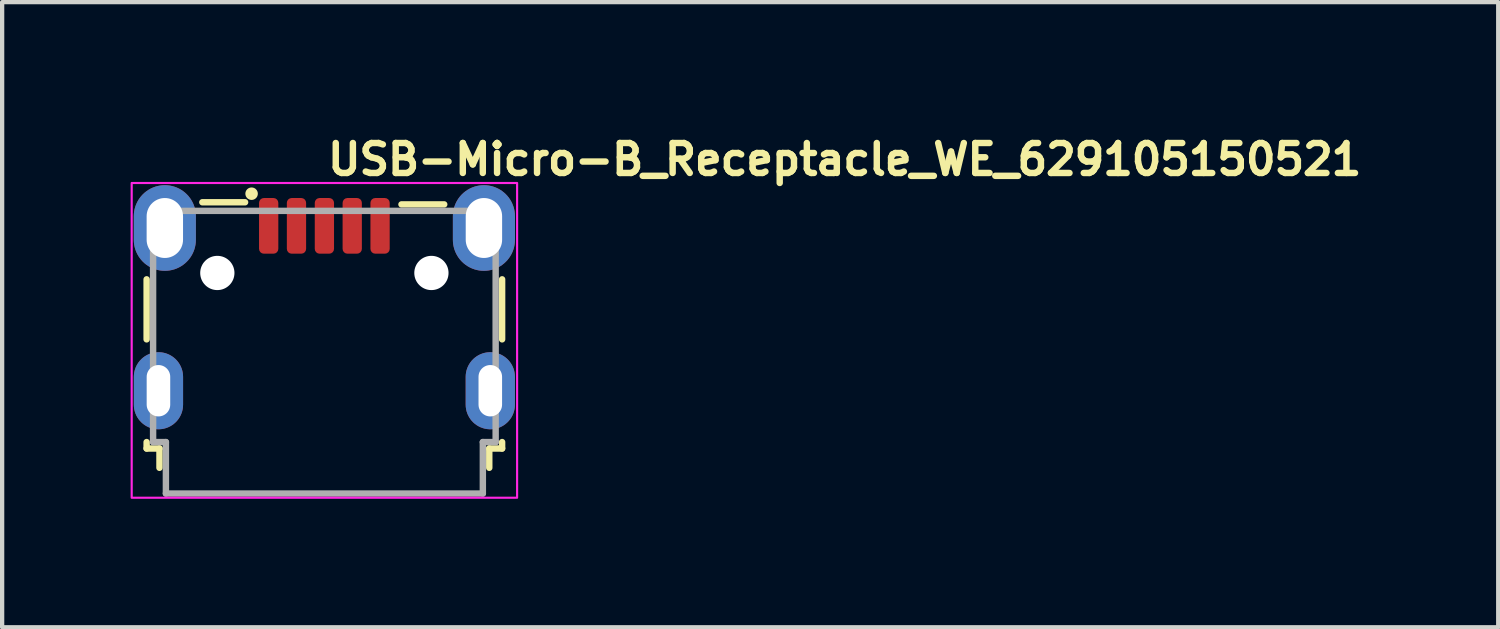
<source format=kicad_pcb>
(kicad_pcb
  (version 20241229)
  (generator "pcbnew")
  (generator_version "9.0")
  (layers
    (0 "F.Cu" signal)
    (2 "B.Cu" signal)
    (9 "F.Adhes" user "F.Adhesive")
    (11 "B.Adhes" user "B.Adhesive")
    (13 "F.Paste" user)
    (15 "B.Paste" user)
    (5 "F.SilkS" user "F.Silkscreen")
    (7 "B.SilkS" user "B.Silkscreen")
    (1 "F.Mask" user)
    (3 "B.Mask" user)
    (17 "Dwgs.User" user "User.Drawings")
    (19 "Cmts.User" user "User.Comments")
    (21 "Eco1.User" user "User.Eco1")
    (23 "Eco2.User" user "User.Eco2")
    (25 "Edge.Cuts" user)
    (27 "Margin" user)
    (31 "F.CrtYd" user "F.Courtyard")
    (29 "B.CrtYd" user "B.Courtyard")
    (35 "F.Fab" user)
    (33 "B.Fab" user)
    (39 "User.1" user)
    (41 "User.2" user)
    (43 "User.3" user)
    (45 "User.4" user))
  (footprint "USB-Micro-B_Receptacle_WE_629105150521"
    (layer "F.Cu")
    (at 4.525 5.173)
    (property "Reference" "USB-Micro-B_Receptacle_WE_629105150521" (at 0 -4.5 0) (layer "F.SilkS") (effects (font (size 0.7 0.7) (thickness 0.15)) (justify left)))
    (attr smd)
    (fp_line (start -4.151 -1.7) (end -4.151 -0.299) (stroke (width 0.15) (type solid)) (layer "F.SilkS"))
    (fp_line (start -4.151 2.1) (end -4.151 2.25) (stroke (width 0.15) (type solid)) (layer "F.SilkS"))
    (fp_line (start -4.151 2.25) (end -3.851 2.25) (stroke (width 0.15) (type solid)) (layer "F.SilkS"))
    (fp_line (start -3.851 2.25) (end -3.851 2.701) (stroke (width 0.15) (type solid)) (layer "F.SilkS"))
    (fp_line (start -2.85 -3.5) (end -1.852 -3.5) (stroke (width 0.15) (type solid)) (layer "F.SilkS"))
    (fp_line (start 1.8 -3.45) (end 2.798 -3.45) (stroke (width 0.15) (type solid)) (layer "F.SilkS"))
    (fp_line (start 3.85 2.25) (end 4.15 2.25) (stroke (width 0.15) (type solid)) (layer "F.SilkS"))
    (fp_line (start 3.85 2.701) (end 3.85 2.25) (stroke (width 0.15) (type solid)) (layer "F.SilkS"))
    (fp_line (start 4.15 -0.299) (end 4.15 -1.7) (stroke (width 0.15) (type solid)) (layer "F.SilkS"))
    (fp_line (start 4.15 2.25) (end 4.15 2.1) (stroke (width 0.15) (type solid)) (layer "F.SilkS"))
    (fp_circle (center -1.7 -3.7) (end -1.65 -3.65) (stroke (width 0.15) (type solid)) (fill yes) (layer "F.SilkS"))
    (fp_rect (start -4.5 -3.95) (end 4.5 3.4) (stroke (width 0.05) (type solid)) (fill no) (layer "F.CrtYd"))
    (fp_line (start -4 -3.299) (end -4 2.1) (stroke (width 0.15) (type solid)) (layer "F.Fab"))
    (fp_line (start -4 2.1) (end -3.701 2.1) (stroke (width 0.15) (type solid)) (layer "F.Fab"))
    (fp_line (start -3.701 2.1) (end -3.701 3.301) (stroke (width 0.15) (type solid)) (layer "F.Fab"))
    (fp_line (start -3.701 3.301) (end 3.7 3.301) (stroke (width 0.15) (type solid)) (layer "F.Fab"))
    (fp_line (start 3.7 2.1) (end 3.999 2.1) (stroke (width 0.15) (type solid)) (layer "F.Fab"))
    (fp_line (start 3.7 3.301) (end 3.7 2.1) (stroke (width 0.15) (type solid)) (layer "F.Fab"))
    (fp_line (start 3.999 -3.299) (end -4 -3.299) (stroke (width 0.15) (type solid)) (layer "F.Fab"))
    (fp_line (start 3.999 2.1) (end 3.999 -3.299) (stroke (width 0.15) (type solid)) (layer "F.Fab"))
    (fp_rect (start -4 -3.302) (end 3.999 3.301) (stroke (width 0.1) (type solid)) (fill no) (layer "User.5"))
    (fp_line (start -4 -3.299) (end -4 2.1) (stroke (width 0.02) (type solid)) (layer "User.9"))
    (fp_line (start -4 -3.299) (end -3.855 -3.299) (stroke (width 0.02) (type solid)) (layer "User.9"))
    (fp_line (start -4 -1.829) (end -4 -2.73) (stroke (width 0.02) (type solid)) (layer "User.9"))
    (fp_line (start -4 0.201) (end -4 0.413) (stroke (width 0.02) (type solid)) (layer "User.9"))
    (fp_line (start -4 0.413) (end -4 0.413) (stroke (width 0.02) (type solid)) (layer "User.9"))
    (fp_line (start -4 0.413) (end -4 0.5) (stroke (width 0.02) (type solid)) (layer "User.9"))
    (fp_line (start -4 1.656) (end -4 2.1) (stroke (width 0.02) (type solid)) (layer "User.9"))
    (fp_line (start -4 2.1) (end -4 1.656) (stroke (width 0.02) (type solid)) (layer "User.9"))
    (fp_line (start -4 2.1) (end -3.855 2.1) (stroke (width 0.02) (type solid)) (layer "User.9"))
    (fp_line (start -3.855 -3.299) (end -3.855 -3.299) (stroke (width 0.02) (type solid)) (layer "User.9"))
    (fp_line (start -3.855 -3.299) (end -3.5 -3.299) (stroke (width 0.02) (type solid)) (layer "User.9"))
    (fp_line (start -3.855 2.1) (end -3.855 2.1) (stroke (width 0.02) (type solid)) (layer "User.9"))
    (fp_line (start -3.855 2.1) (end -3.5 2.1) (stroke (width 0.02) (type solid)) (layer "User.9"))
    (fp_line (start -3.701 2.1) (end -3.701 3.301) (stroke (width 0.02) (type solid)) (layer "User.9"))
    (fp_line (start -3.701 3.301) (end -3.44 3.301) (stroke (width 0.02) (type solid)) (layer "User.9"))
    (fp_line (start -3.5 -3.299) (end -3.051 -3.299) (stroke (width 0.02) (type solid)) (layer "User.9"))
    (fp_line (start -3.5 2.1) (end -3.077 2.1) (stroke (width 0.02) (type solid)) (layer "User.9"))
    (fp_line (start -3.067 2.1) (end -3.077 2.1) (stroke (width 0.02) (type solid)) (layer "User.9"))
    (fp_line (start -3.056 2.1) (end -3.067 2.1) (stroke (width 0.02) (type solid)) (layer "User.9"))
    (fp_line (start -3.051 -3.299) (end -3.44 -3.299) (stroke (width 0.02) (type solid)) (layer "User.9"))
    (fp_line (start -3.051 -3.299) (end -3.041 -3.299) (stroke (width 0.02) (type solid)) (layer "User.9"))
    (fp_line (start -3.047 2.099) (end -3.056 2.1) (stroke (width 0.02) (type solid)) (layer "User.9"))
    (fp_line (start -3.041 -3.299) (end -3.032 -3.298) (stroke (width 0.02) (type solid)) (layer "User.9"))
    (fp_line (start -3.036 2.096) (end -3.047 2.099) (stroke (width 0.02) (type solid)) (layer "User.9"))
    (fp_line (start -3.032 -3.298) (end -3.021 -3.298) (stroke (width 0.02) (type solid)) (layer "User.9"))
    (fp_line (start -3.028 2.095) (end -3.036 2.096) (stroke (width 0.02) (type solid)) (layer "User.9"))
    (fp_line (start -3.021 -3.298) (end -3.012 -3.295) (stroke (width 0.02) (type solid)) (layer "User.9"))
    (fp_line (start -3.017 2.092) (end -3.028 2.095) (stroke (width 0.02) (type solid)) (layer "User.9"))
    (fp_line (start -3.012 -3.295) (end -3.003 -3.294) (stroke (width 0.02) (type solid)) (layer "User.9"))
    (fp_line (start -3.008 2.088) (end -3.017 2.092) (stroke (width 0.02) (type solid)) (layer "User.9"))
    (fp_line (start -3.003 -3.294) (end -2.992 -3.29) (stroke (width 0.02) (type solid)) (layer "User.9"))
    (fp_line (start -3 2.085) (end -3.008 2.088) (stroke (width 0.02) (type solid)) (layer "User.9"))
    (fp_line (start -2.992 -3.29) (end -2.984 -3.287) (stroke (width 0.02) (type solid)) (layer "User.9"))
    (fp_line (start -2.991 2.081) (end -3 2.085) (stroke (width 0.02) (type solid)) (layer "User.9"))
    (fp_line (start -2.984 -3.287) (end -2.975 -3.285) (stroke (width 0.02) (type solid)) (layer "User.9"))
    (fp_line (start -2.981 2.077) (end -2.991 2.081) (stroke (width 0.02) (type solid)) (layer "User.9"))
    (fp_line (start -2.975 -3.285) (end -2.965 -3.281) (stroke (width 0.02) (type solid)) (layer "User.9"))
    (fp_line (start -2.973 2.072) (end -2.981 2.077) (stroke (width 0.02) (type solid)) (layer "User.9"))
    (fp_line (start -2.965 -3.281) (end -2.956 -3.275) (stroke (width 0.02) (type solid)) (layer "User.9"))
    (fp_line (start -2.965 2.067) (end -2.973 2.072) (stroke (width 0.02) (type solid)) (layer "User.9"))
    (fp_line (start -2.957 2.061) (end -2.965 2.067) (stroke (width 0.02) (type solid)) (layer "User.9"))
    (fp_line (start -2.956 -3.275) (end -2.948 -3.271) (stroke (width 0.02) (type solid)) (layer "User.9"))
    (fp_line (start -2.949 2.056) (end -2.957 2.061) (stroke (width 0.02) (type solid)) (layer "User.9"))
    (fp_line (start -2.948 -3.271) (end -2.94 -3.266) (stroke (width 0.02) (type solid)) (layer "User.9"))
    (fp_line (start -2.942 2.048) (end -2.949 2.056) (stroke (width 0.02) (type solid)) (layer "User.9"))
    (fp_line (start -2.94 -3.266) (end -2.932 -3.261) (stroke (width 0.02) (type solid)) (layer "User.9"))
    (fp_line (start -2.935 2.042) (end -2.942 2.048) (stroke (width 0.02) (type solid)) (layer "User.9"))
    (fp_line (start -2.935 2.042) (end -2.935 2.042) (stroke (width 0.02) (type solid)) (layer "User.9"))
    (fp_line (start -2.932 -3.261) (end -2.924 -3.254) (stroke (width 0.02) (type solid)) (layer "User.9"))
    (fp_line (start -2.927 2.035) (end -2.935 2.042) (stroke (width 0.02) (type solid)) (layer "User.9"))
    (fp_line (start -2.924 -3.254) (end -2.916 -3.247) (stroke (width 0.02) (type solid)) (layer "User.9"))
    (fp_line (start -2.922 2.027) (end -2.927 2.035) (stroke (width 0.02) (type solid)) (layer "User.9"))
    (fp_line (start -2.916 -3.247) (end -2.91 -3.241) (stroke (width 0.02) (type solid)) (layer "User.9"))
    (fp_line (start -2.915 2.019) (end -2.922 2.027) (stroke (width 0.02) (type solid)) (layer "User.9"))
    (fp_line (start -2.91 -3.241) (end -2.91 -3.241) (stroke (width 0.02) (type solid)) (layer "User.9"))
    (fp_line (start -2.91 -3.241) (end -2.903 -3.234) (stroke (width 0.02) (type solid)) (layer "User.9"))
    (fp_line (start -2.91 2.011) (end -2.915 2.019) (stroke (width 0.02) (type solid)) (layer "User.9"))
    (fp_line (start -2.904 2.003) (end -2.91 2.011) (stroke (width 0.02) (type solid)) (layer "User.9"))
    (fp_line (start -2.903 -3.234) (end -2.896 -3.226) (stroke (width 0.02) (type solid)) (layer "User.9"))
    (fp_line (start -2.899 1.995) (end -2.904 2.003) (stroke (width 0.02) (type solid)) (layer "User.9"))
    (fp_line (start -2.896 -3.226) (end -2.891 -3.218) (stroke (width 0.02) (type solid)) (layer "User.9"))
    (fp_line (start -2.895 1.987) (end -2.899 1.995) (stroke (width 0.02) (type solid)) (layer "User.9"))
    (fp_line (start -2.891 -3.218) (end -2.884 -3.21) (stroke (width 0.02) (type solid)) (layer "User.9"))
    (fp_line (start -2.891 1.977) (end -2.895 1.987) (stroke (width 0.02) (type solid)) (layer "User.9"))
    (fp_line (start -2.887 1.969) (end -2.891 1.977) (stroke (width 0.02) (type solid)) (layer "User.9"))
    (fp_line (start -2.884 -3.21) (end -2.879 -3.202) (stroke (width 0.02) (type solid)) (layer "User.9"))
    (fp_line (start -2.884 1.959) (end -2.887 1.969) (stroke (width 0.02) (type solid)) (layer "User.9"))
    (fp_line (start -2.883 1.949) (end -2.884 1.959) (stroke (width 0.02) (type solid)) (layer "User.9"))
    (fp_line (start -2.879 -3.202) (end -2.875 -3.193) (stroke (width 0.02) (type solid)) (layer "User.9"))
    (fp_line (start -2.879 1.931) (end -2.879 1.939) (stroke (width 0.02) (type solid)) (layer "User.9"))
    (fp_line (start -2.879 1.939) (end -2.883 1.949) (stroke (width 0.02) (type solid)) (layer "User.9"))
    (fp_line (start -2.876 1.91) (end -2.876 1.921) (stroke (width 0.02) (type solid)) (layer "User.9"))
    (fp_line (start -2.876 1.921) (end -2.879 1.931) (stroke (width 0.02) (type solid)) (layer "User.9"))
    (fp_line (start -2.875 -3.193) (end -2.871 -3.185) (stroke (width 0.02) (type solid)) (layer "User.9"))
    (fp_line (start -2.875 0.571) (end -2.872 0.557) (stroke (width 0.02) (type solid)) (layer "User.9"))
    (fp_line (start -2.875 0.585) (end -2.875 0.571) (stroke (width 0.02) (type solid)) (layer "User.9"))
    (fp_line (start -2.875 0.6) (end -2.875 0.585) (stroke (width 0.02) (type solid)) (layer "User.9"))
    (fp_line (start -2.875 1.38) (end -2.875 1.386) (stroke (width 0.02) (type solid)) (layer "User.9"))
    (fp_line (start -2.875 1.386) (end -2.875 1.39) (stroke (width 0.02) (type solid)) (layer "User.9"))
    (fp_line (start -2.875 1.39) (end -2.875 1.396) (stroke (width 0.02) (type solid)) (layer "User.9"))
    (fp_line (start -2.875 1.396) (end -2.875 1.4) (stroke (width 0.02) (type solid)) (layer "User.9"))
    (fp_line (start -2.875 1.9) (end -2.876 1.91) (stroke (width 0.02) (type solid)) (layer "User.9"))
    (fp_line (start -2.875 1.9) (end -2.875 0.6) (stroke (width 0.02) (type solid)) (layer "User.9"))
    (fp_line (start -2.875 2) (end -2.875 1.4) (stroke (width 0.02) (type solid)) (layer "User.9"))
    (fp_line (start -2.875 2) (end -2.875 2.006) (stroke (width 0.02) (type solid)) (layer "User.9"))
    (fp_line (start -2.875 2.006) (end -2.875 2.011) (stroke (width 0.02) (type solid)) (layer "User.9"))
    (fp_line (start -2.875 2.011) (end -2.875 2.015) (stroke (width 0.02) (type solid)) (layer "User.9"))
    (fp_line (start -2.875 2.015) (end -2.875 2.02) (stroke (width 0.02) (type solid)) (layer "User.9"))
    (fp_line (start -2.875 2.02) (end -2.872 2.024) (stroke (width 0.02) (type solid)) (layer "User.9"))
    (fp_line (start -2.872 0.557) (end -2.871 0.542) (stroke (width 0.02) (type solid)) (layer "User.9"))
    (fp_line (start -2.872 1.376) (end -2.875 1.38) (stroke (width 0.02) (type solid)) (layer "User.9"))
    (fp_line (start -2.872 2.024) (end -2.871 2.03) (stroke (width 0.02) (type solid)) (layer "User.9"))
    (fp_line (start -2.871 -3.185) (end -2.867 -3.176) (stroke (width 0.02) (type solid)) (layer "User.9"))
    (fp_line (start -2.871 0.542) (end -2.867 0.528) (stroke (width 0.02) (type solid)) (layer "User.9"))
    (fp_line (start -2.871 1.366) (end -2.871 1.372) (stroke (width 0.02) (type solid)) (layer "User.9"))
    (fp_line (start -2.871 1.372) (end -2.872 1.376) (stroke (width 0.02) (type solid)) (layer "User.9"))
    (fp_line (start -2.871 2.03) (end -2.871 2.035) (stroke (width 0.02) (type solid)) (layer "User.9"))
    (fp_line (start -2.871 2.035) (end -2.868 2.039) (stroke (width 0.02) (type solid)) (layer "User.9"))
    (fp_line (start -2.868 1.362) (end -2.871 1.366) (stroke (width 0.02) (type solid)) (layer "User.9"))
    (fp_line (start -2.868 2.039) (end -2.867 2.043) (stroke (width 0.02) (type solid)) (layer "User.9"))
    (fp_line (start -2.867 -3.176) (end -2.863 -3.166) (stroke (width 0.02) (type solid)) (layer "User.9"))
    (fp_line (start -2.867 0.528) (end -2.863 0.514) (stroke (width 0.02) (type solid)) (layer "User.9"))
    (fp_line (start -2.867 1.358) (end -2.868 1.362) (stroke (width 0.02) (type solid)) (layer "User.9"))
    (fp_line (start -2.867 2.043) (end -2.864 2.048) (stroke (width 0.02) (type solid)) (layer "User.9"))
    (fp_line (start -2.864 1.354) (end -2.867 1.358) (stroke (width 0.02) (type solid)) (layer "User.9"))
    (fp_line (start -2.864 2.048) (end -2.862 2.052) (stroke (width 0.02) (type solid)) (layer "User.9"))
    (fp_line (start -2.863 -3.166) (end -2.859 -3.157) (stroke (width 0.02) (type solid)) (layer "User.9"))
    (fp_line (start -2.863 0.514) (end -2.859 0.499) (stroke (width 0.02) (type solid)) (layer "User.9"))
    (fp_line (start -2.862 1.35) (end -2.864 1.354) (stroke (width 0.02) (type solid)) (layer "User.9"))
    (fp_line (start -2.862 2.052) (end -2.859 2.056) (stroke (width 0.02) (type solid)) (layer "User.9"))
    (fp_line (start -2.859 -3.157) (end -2.858 -3.149) (stroke (width 0.02) (type solid)) (layer "User.9"))
    (fp_line (start -2.859 0.499) (end -2.854 0.485) (stroke (width 0.02) (type solid)) (layer "User.9"))
    (fp_line (start -2.859 1.346) (end -2.862 1.35) (stroke (width 0.02) (type solid)) (layer "User.9"))
    (fp_line (start -2.859 2.056) (end -2.856 2.06) (stroke (width 0.02) (type solid)) (layer "User.9"))
    (fp_line (start -2.858 -3.149) (end -2.855 -3.138) (stroke (width 0.02) (type solid)) (layer "User.9"))
    (fp_line (start -2.856 1.342) (end -2.859 1.346) (stroke (width 0.02) (type solid)) (layer "User.9"))
    (fp_line (start -2.856 2.06) (end -2.854 2.064) (stroke (width 0.02) (type solid)) (layer "User.9"))
    (fp_line (start -2.855 -3.138) (end -2.854 -3.129) (stroke (width 0.02) (type solid)) (layer "User.9"))
    (fp_line (start -2.854 -3.129) (end -2.851 -3.12) (stroke (width 0.02) (type solid)) (layer "User.9"))
    (fp_line (start -2.854 0.485) (end -2.847 0.473) (stroke (width 0.02) (type solid)) (layer "User.9"))
    (fp_line (start -2.854 1.338) (end -2.856 1.342) (stroke (width 0.02) (type solid)) (layer "User.9"))
    (fp_line (start -2.854 2.064) (end -2.851 2.068) (stroke (width 0.02) (type solid)) (layer "User.9"))
    (fp_line (start -2.852 1.501) (end -2.875 1.501) (stroke (width 0.02) (type solid)) (layer "User.9"))
    (fp_line (start -2.852 2.065) (end -2.852 1.501) (stroke (width 0.02) (type solid)) (layer "User.9"))
    (fp_line (start -2.851 -3.12) (end -2.851 -3.109) (stroke (width 0.02) (type solid)) (layer "User.9"))
    (fp_line (start -2.851 -3.109) (end -2.851 -3.1) (stroke (width 0.02) (type solid)) (layer "User.9"))
    (fp_line (start -2.851 -2.799) (end -2.851 -3.1) (stroke (width 0.02) (type solid)) (layer "User.9"))
    (fp_line (start -2.851 -2.799) (end -2.851 -2.79) (stroke (width 0.02) (type solid)) (layer "User.9"))
    (fp_line (start -2.851 -2.79) (end -2.851 -2.799) (stroke (width 0.02) (type solid)) (layer "User.9"))
    (fp_line (start -2.851 -2.79) (end -2.851 -2.779) (stroke (width 0.02) (type solid)) (layer "User.9"))
    (fp_line (start -2.851 -2.779) (end -2.848 -2.77) (stroke (width 0.02) (type solid)) (layer "User.9"))
    (fp_line (start -2.851 1.334) (end -2.854 1.338) (stroke (width 0.02) (type solid)) (layer "User.9"))
    (fp_line (start -2.851 2.068) (end -2.847 2.072) (stroke (width 0.02) (type solid)) (layer "User.9"))
    (fp_line (start -2.85 -2.778) (end -2.851 -2.79) (stroke (width 0.02) (type solid)) (layer "User.9"))
    (fp_line (start -2.848 -2.77) (end -2.847 -2.761) (stroke (width 0.02) (type solid)) (layer "User.9"))
    (fp_line (start -2.848 -2.769) (end -2.85 -2.778) (stroke (width 0.02) (type solid)) (layer "User.9"))
    (fp_line (start -2.847 -2.761) (end -2.846 -2.751) (stroke (width 0.02) (type solid)) (layer "User.9"))
    (fp_line (start -2.847 -2.759) (end -2.848 -2.769) (stroke (width 0.02) (type solid)) (layer "User.9"))
    (fp_line (start -2.847 0.473) (end -2.84 0.46) (stroke (width 0.02) (type solid)) (layer "User.9"))
    (fp_line (start -2.847 1.33) (end -2.851 1.334) (stroke (width 0.02) (type solid)) (layer "User.9"))
    (fp_line (start -2.847 1.33) (end -2.847 1.33) (stroke (width 0.02) (type solid)) (layer "User.9"))
    (fp_line (start -2.847 2.072) (end -2.847 2.072) (stroke (width 0.02) (type solid)) (layer "User.9"))
    (fp_line (start -2.847 2.072) (end -2.843 2.075) (stroke (width 0.02) (type solid)) (layer "User.9"))
    (fp_line (start -2.846 -2.751) (end -2.843 -2.742) (stroke (width 0.02) (type solid)) (layer "User.9"))
    (fp_line (start -2.844 -2.75) (end -2.847 -2.759) (stroke (width 0.02) (type solid)) (layer "User.9"))
    (fp_line (start -2.843 -2.742) (end -2.839 -2.733) (stroke (width 0.02) (type solid)) (layer "User.9"))
    (fp_line (start -2.843 -2.739) (end -2.844 -2.75) (stroke (width 0.02) (type solid)) (layer "User.9"))
    (fp_line (start -2.843 1.326) (end -2.847 1.33) (stroke (width 0.02) (type solid)) (layer "User.9"))
    (fp_line (start -2.843 2.075) (end -2.839 2.077) (stroke (width 0.02) (type solid)) (layer "User.9"))
    (fp_line (start -2.84 0.46) (end -2.834 0.446) (stroke (width 0.02) (type solid)) (layer "User.9"))
    (fp_line (start -2.839 -2.733) (end -2.836 -2.725) (stroke (width 0.02) (type solid)) (layer "User.9"))
    (fp_line (start -2.839 -2.73) (end -2.843 -2.739) (stroke (width 0.02) (type solid)) (layer "User.9"))
    (fp_line (start -2.839 1.324) (end -2.843 1.326) (stroke (width 0.02) (type solid)) (layer "User.9"))
    (fp_line (start -2.839 2.077) (end -2.835 2.08) (stroke (width 0.02) (type solid)) (layer "User.9"))
    (fp_line (start -2.836 -2.725) (end -2.832 -2.715) (stroke (width 0.02) (type solid)) (layer "User.9"))
    (fp_line (start -2.835 -2.722) (end -2.839 -2.73) (stroke (width 0.02) (type solid)) (layer "User.9"))
    (fp_line (start -2.835 1.32) (end -2.839 1.324) (stroke (width 0.02) (type solid)) (layer "User.9"))
    (fp_line (start -2.835 2.08) (end -2.831 2.084) (stroke (width 0.02) (type solid)) (layer "User.9"))
    (fp_line (start -2.834 0.446) (end -2.826 0.434) (stroke (width 0.02) (type solid)) (layer "User.9"))
    (fp_line (start -2.832 -2.715) (end -2.828 -2.707) (stroke (width 0.02) (type solid)) (layer "User.9"))
    (fp_line (start -2.831 -2.713) (end -2.835 -2.722) (stroke (width 0.02) (type solid)) (layer "User.9"))
    (fp_line (start -2.831 1.318) (end -2.835 1.32) (stroke (width 0.02) (type solid)) (layer "User.9"))
    (fp_line (start -2.831 2.084) (end -2.827 2.087) (stroke (width 0.02) (type solid)) (layer "User.9"))
    (fp_line (start -2.828 -2.707) (end -2.823 -2.698) (stroke (width 0.02) (type solid)) (layer "User.9"))
    (fp_line (start -2.827 -2.705) (end -2.831 -2.713) (stroke (width 0.02) (type solid)) (layer "User.9"))
    (fp_line (start -2.827 1.314) (end -2.831 1.318) (stroke (width 0.02) (type solid)) (layer "User.9"))
    (fp_line (start -2.827 2.087) (end -2.823 2.088) (stroke (width 0.02) (type solid)) (layer "User.9"))
    (fp_line (start -2.826 0.434) (end -2.818 0.422) (stroke (width 0.02) (type solid)) (layer "User.9"))
    (fp_line (start -2.823 -2.698) (end -2.819 -2.69) (stroke (width 0.02) (type solid)) (layer "User.9"))
    (fp_line (start -2.823 -2.695) (end -2.827 -2.705) (stroke (width 0.02) (type solid)) (layer "User.9"))
    (fp_line (start -2.823 1.312) (end -2.827 1.314) (stroke (width 0.02) (type solid)) (layer "User.9"))
    (fp_line (start -2.823 2.088) (end -2.819 2.091) (stroke (width 0.02) (type solid)) (layer "User.9"))
    (fp_line (start -2.819 -2.69) (end -2.814 -2.684) (stroke (width 0.02) (type solid)) (layer "User.9"))
    (fp_line (start -2.819 1.31) (end -2.823 1.312) (stroke (width 0.02) (type solid)) (layer "User.9"))
    (fp_line (start -2.819 2.091) (end -2.814 2.092) (stroke (width 0.02) (type solid)) (layer "User.9"))
    (fp_line (start -2.818 0.422) (end -2.809 0.411) (stroke (width 0.02) (type solid)) (layer "User.9"))
    (fp_line (start -2.816 -2.688) (end -2.823 -2.695) (stroke (width 0.02) (type solid)) (layer "User.9"))
    (fp_line (start -2.814 -2.684) (end -2.809 -2.676) (stroke (width 0.02) (type solid)) (layer "User.9"))
    (fp_line (start -2.814 1.308) (end -2.819 1.31) (stroke (width 0.02) (type solid)) (layer "User.9"))
    (fp_line (start -2.814 2.092) (end -2.81 2.095) (stroke (width 0.02) (type solid)) (layer "User.9"))
    (fp_line (start -2.811 -2.68) (end -2.816 -2.688) (stroke (width 0.02) (type solid)) (layer "User.9"))
    (fp_line (start -2.81 -3.299) (end -3.351 -3.299) (stroke (width 0.02) (type solid)) (layer "User.9"))
    (fp_line (start -2.81 -3.299) (end -1.851 -3.299) (stroke (width 0.02) (type solid)) (layer "User.9"))
    (fp_line (start -2.81 -2.75) (end -2.81 -3.299) (stroke (width 0.02) (type solid)) (layer "User.9"))
    (fp_line (start -2.81 1.306) (end -2.814 1.308) (stroke (width 0.02) (type solid)) (layer "User.9"))
    (fp_line (start -2.81 2.095) (end -2.806 2.096) (stroke (width 0.02) (type solid)) (layer "User.9"))
    (fp_line (start -2.809 -2.676) (end -2.802 -2.669) (stroke (width 0.02) (type solid)) (layer "User.9"))
    (fp_line (start -2.809 0.411) (end -2.798 0.4) (stroke (width 0.02) (type solid)) (layer "User.9"))
    (fp_line (start -2.806 -2.673) (end -2.811 -2.68) (stroke (width 0.02) (type solid)) (layer "User.9"))
    (fp_line (start -2.806 1.304) (end -2.81 1.306) (stroke (width 0.02) (type solid)) (layer "User.9"))
    (fp_line (start -2.806 2.096) (end -2.801 2.097) (stroke (width 0.02) (type solid)) (layer "User.9"))
    (fp_line (start -2.802 -2.669) (end -2.797 -2.661) (stroke (width 0.02) (type solid)) (layer "User.9"))
    (fp_line (start -2.801 1.304) (end -2.806 1.304) (stroke (width 0.02) (type solid)) (layer "User.9"))
    (fp_line (start -2.801 2.097) (end -2.795 2.099) (stroke (width 0.02) (type solid)) (layer "User.9"))
    (fp_line (start -2.799 -2.665) (end -2.806 -2.673) (stroke (width 0.02) (type solid)) (layer "User.9"))
    (fp_line (start -2.798 0.4) (end -2.789 0.389) (stroke (width 0.02) (type solid)) (layer "User.9"))
    (fp_line (start -2.797 -2.661) (end -2.79 -2.656) (stroke (width 0.02) (type solid)) (layer "User.9"))
    (fp_line (start -2.795 1.302) (end -2.801 1.304) (stroke (width 0.02) (type solid)) (layer "User.9"))
    (fp_line (start -2.795 2.099) (end -2.79 2.1) (stroke (width 0.02) (type solid)) (layer "User.9"))
    (fp_line (start -2.793 -2.658) (end -2.799 -2.665) (stroke (width 0.02) (type solid)) (layer "User.9"))
    (fp_line (start -2.79 -2.656) (end -2.782 -2.649) (stroke (width 0.02) (type solid)) (layer "User.9"))
    (fp_line (start -2.79 1.302) (end -2.795 1.302) (stroke (width 0.02) (type solid)) (layer "User.9"))
    (fp_line (start -2.79 2.1) (end -2.786 2.1) (stroke (width 0.02) (type solid)) (layer "User.9"))
    (fp_line (start -2.789 0.389) (end -2.789 0.389) (stroke (width 0.02) (type solid)) (layer "User.9"))
    (fp_line (start -2.789 0.389) (end -2.778 0.378) (stroke (width 0.02) (type solid)) (layer "User.9"))
    (fp_line (start -2.786 -2.652) (end -2.793 -2.658) (stroke (width 0.02) (type solid)) (layer "User.9"))
    (fp_line (start -2.786 1.302) (end -2.79 1.302) (stroke (width 0.02) (type solid)) (layer "User.9"))
    (fp_line (start -2.786 2.1) (end -2.781 2.1) (stroke (width 0.02) (type solid)) (layer "User.9"))
    (fp_line (start -2.782 -2.649) (end -2.775 -2.642) (stroke (width 0.02) (type solid)) (layer "User.9"))
    (fp_line (start -2.781 1.3) (end -2.786 1.302) (stroke (width 0.02) (type solid)) (layer "User.9"))
    (fp_line (start -2.781 2.1) (end -2.775 2.1) (stroke (width 0.02) (type solid)) (layer "User.9"))
    (fp_line (start -2.778 -2.645) (end -2.786 -2.652) (stroke (width 0.02) (type solid)) (layer "User.9"))
    (fp_line (start -2.778 0.378) (end -2.766 0.368) (stroke (width 0.02) (type solid)) (layer "User.9"))
    (fp_line (start -2.775 -2.642) (end -2.769 -2.637) (stroke (width 0.02) (type solid)) (layer "User.9"))
    (fp_line (start -2.775 1.3) (end -2.781 1.3) (stroke (width 0.02) (type solid)) (layer "User.9"))
    (fp_line (start -2.775 1.3) (end -2.75 1.3) (stroke (width 0.02) (type solid)) (layer "User.9"))
    (fp_line (start -2.771 2.1) (end -2.775 2.1) (stroke (width 0.02) (type solid)) (layer "User.9"))
    (fp_line (start -2.771 2.1) (end -2.775 2.1) (stroke (width 0.02) (type solid)) (layer "User.9"))
    (fp_line (start -2.77 -2.64) (end -2.778 -2.645) (stroke (width 0.02) (type solid)) (layer "User.9"))
    (fp_line (start -2.769 -2.637) (end -2.761 -2.632) (stroke (width 0.02) (type solid)) (layer "User.9"))
    (fp_line (start -2.766 0.368) (end -2.754 0.359) (stroke (width 0.02) (type solid)) (layer "User.9"))
    (fp_line (start -2.766 2.1) (end -2.771 2.1) (stroke (width 0.02) (type solid)) (layer "User.9"))
    (fp_line (start -2.766 2.1) (end -2.771 2.1) (stroke (width 0.02) (type solid)) (layer "User.9"))
    (fp_line (start -2.762 -2.633) (end -2.77 -2.64) (stroke (width 0.02) (type solid)) (layer "User.9"))
    (fp_line (start -2.762 2.099) (end -2.766 2.1) (stroke (width 0.02) (type solid)) (layer "User.9"))
    (fp_line (start -2.762 2.1) (end -2.766 2.1) (stroke (width 0.02) (type solid)) (layer "User.9"))
    (fp_line (start -2.761 -2.632) (end -2.753 -2.626) (stroke (width 0.02) (type solid)) (layer "User.9"))
    (fp_line (start -2.757 2.097) (end -2.762 2.099) (stroke (width 0.02) (type solid)) (layer "User.9"))
    (fp_line (start -2.757 2.099) (end -2.762 2.1) (stroke (width 0.02) (type solid)) (layer "User.9"))
    (fp_line (start -2.754 -2.629) (end -2.762 -2.633) (stroke (width 0.02) (type solid)) (layer "User.9"))
    (fp_line (start -2.754 0.359) (end -2.742 0.351) (stroke (width 0.02) (type solid)) (layer "User.9"))
    (fp_line (start -2.753 -2.626) (end -2.745 -2.622) (stroke (width 0.02) (type solid)) (layer "User.9"))
    (fp_line (start -2.751 2.096) (end -2.757 2.097) (stroke (width 0.02) (type solid)) (layer "User.9"))
    (fp_line (start -2.751 2.099) (end -2.757 2.099) (stroke (width 0.02) (type solid)) (layer "User.9"))
    (fp_line (start -2.75 1.3) (end -2.746 1.3) (stroke (width 0.02) (type solid)) (layer "User.9"))
    (fp_line (start -2.747 2.093) (end -2.751 2.096) (stroke (width 0.02) (type solid)) (layer "User.9"))
    (fp_line (start -2.747 2.096) (end -2.751 2.099) (stroke (width 0.02) (type solid)) (layer "User.9"))
    (fp_line (start -2.746 -2.624) (end -2.754 -2.629) (stroke (width 0.02) (type solid)) (layer "User.9"))
    (fp_line (start -2.746 1.3) (end -2.741 1.3) (stroke (width 0.02) (type solid)) (layer "User.9"))
    (fp_line (start -2.745 -2.622) (end -2.735 -2.618) (stroke (width 0.02) (type solid)) (layer "User.9"))
    (fp_line (start -2.742 0.351) (end -2.73 0.344) (stroke (width 0.02) (type solid)) (layer "User.9"))
    (fp_line (start -2.742 2.091) (end -2.747 2.093) (stroke (width 0.02) (type solid)) (layer "User.9"))
    (fp_line (start -2.742 2.096) (end -2.747 2.096) (stroke (width 0.02) (type solid)) (layer "User.9"))
    (fp_line (start -2.741 1.3) (end -2.735 1.3) (stroke (width 0.02) (type solid)) (layer "User.9"))
    (fp_line (start -2.738 -2.62) (end -2.746 -2.624) (stroke (width 0.02) (type solid)) (layer "User.9"))
    (fp_line (start -2.738 2.088) (end -2.742 2.091) (stroke (width 0.02) (type solid)) (layer "User.9"))
    (fp_line (start -2.738 2.095) (end -2.742 2.096) (stroke (width 0.02) (type solid)) (layer "User.9"))
    (fp_line (start -2.735 -2.618) (end -2.727 -2.614) (stroke (width 0.02) (type solid)) (layer "User.9"))
    (fp_line (start -2.735 1.3) (end -2.73 1.298) (stroke (width 0.02) (type solid)) (layer "User.9"))
    (fp_line (start -2.734 2.084) (end -2.738 2.088) (stroke (width 0.02) (type solid)) (layer "User.9"))
    (fp_line (start -2.734 2.092) (end -2.738 2.095) (stroke (width 0.02) (type solid)) (layer "User.9"))
    (fp_line (start -2.73 0.344) (end -2.718 0.336) (stroke (width 0.02) (type solid)) (layer "User.9"))
    (fp_line (start -2.73 1.298) (end -2.726 1.298) (stroke (width 0.02) (type solid)) (layer "User.9"))
    (fp_line (start -2.73 2.081) (end -2.734 2.084) (stroke (width 0.02) (type solid)) (layer "User.9"))
    (fp_line (start -2.73 2.091) (end -2.734 2.092) (stroke (width 0.02) (type solid)) (layer "User.9"))
    (fp_line (start -2.729 -2.616) (end -2.738 -2.62) (stroke (width 0.02) (type solid)) (layer "User.9"))
    (fp_line (start -2.727 -2.614) (end -2.718 -2.612) (stroke (width 0.02) (type solid)) (layer "User.9"))
    (fp_line (start -2.726 1.298) (end -2.722 1.296) (stroke (width 0.02) (type solid)) (layer "User.9"))
    (fp_line (start -2.726 2.089) (end -2.73 2.091) (stroke (width 0.02) (type solid)) (layer "User.9"))
    (fp_line (start -2.722 1.296) (end -2.717 1.294) (stroke (width 0.02) (type solid)) (layer "User.9"))
    (fp_line (start -2.722 2.073) (end -2.73 2.081) (stroke (width 0.02) (type solid)) (layer "User.9"))
    (fp_line (start -2.722 2.088) (end -2.726 2.089) (stroke (width 0.02) (type solid)) (layer "User.9"))
    (fp_line (start -2.719 -2.612) (end -2.729 -2.616) (stroke (width 0.02) (type solid)) (layer "User.9"))
    (fp_line (start -2.718 -2.612) (end -2.71 -2.609) (stroke (width 0.02) (type solid)) (layer "User.9"))
    (fp_line (start -2.718 0.336) (end -2.705 0.33) (stroke (width 0.02) (type solid)) (layer "User.9"))
    (fp_line (start -2.718 2.084) (end -2.722 2.088) (stroke (width 0.02) (type solid)) (layer "User.9"))
    (fp_line (start -2.717 1.294) (end -2.713 1.292) (stroke (width 0.02) (type solid)) (layer "User.9"))
    (fp_line (start -2.714 2.064) (end -2.722 2.073) (stroke (width 0.02) (type solid)) (layer "User.9"))
    (fp_line (start -2.714 2.083) (end -2.718 2.084) (stroke (width 0.02) (type solid)) (layer "User.9"))
    (fp_line (start -2.713 1.292) (end -2.707 1.29) (stroke (width 0.02) (type solid)) (layer "User.9"))
    (fp_line (start -2.71 -2.609) (end -2.719 -2.612) (stroke (width 0.02) (type solid)) (layer "User.9"))
    (fp_line (start -2.71 -2.609) (end -2.699 -2.605) (stroke (width 0.02) (type solid)) (layer "User.9"))
    (fp_line (start -2.71 2.08) (end -2.714 2.083) (stroke (width 0.02) (type solid)) (layer "User.9"))
    (fp_line (start -2.707 1.29) (end -2.703 1.288) (stroke (width 0.02) (type solid)) (layer "User.9"))
    (fp_line (start -2.706 2.055) (end -2.714 2.064) (stroke (width 0.02) (type solid)) (layer "User.9"))
    (fp_line (start -2.706 2.077) (end -2.71 2.08) (stroke (width 0.02) (type solid)) (layer "User.9"))
    (fp_line (start -2.705 0.33) (end -2.69 0.324) (stroke (width 0.02) (type solid)) (layer "User.9"))
    (fp_line (start -2.703 1.288) (end -2.699 1.286) (stroke (width 0.02) (type solid)) (layer "User.9"))
    (fp_line (start -2.702 2.076) (end -2.706 2.077) (stroke (width 0.02) (type solid)) (layer "User.9"))
    (fp_line (start -2.701 -2.605) (end -2.71 -2.609) (stroke (width 0.02) (type solid)) (layer "User.9"))
    (fp_line (start -2.699 -2.605) (end -2.69 -2.604) (stroke (width 0.02) (type solid)) (layer "User.9"))
    (fp_line (start -2.699 1.286) (end -2.695 1.284) (stroke (width 0.02) (type solid)) (layer "User.9"))
    (fp_line (start -2.699 2.043) (end -2.706 2.055) (stroke (width 0.02) (type solid)) (layer "User.9"))
    (fp_line (start -2.699 2.072) (end -2.702 2.076) (stroke (width 0.02) (type solid)) (layer "User.9"))
    (fp_line (start -2.697 2.069) (end -2.699 2.072) (stroke (width 0.02) (type solid)) (layer "User.9"))
    (fp_line (start -2.695 1.284) (end -2.691 1.28) (stroke (width 0.02) (type solid)) (layer "User.9"))
    (fp_line (start -2.694 2.032) (end -2.699 2.043) (stroke (width 0.02) (type solid)) (layer "User.9"))
    (fp_line (start -2.694 2.067) (end -2.697 2.069) (stroke (width 0.02) (type solid)) (layer "User.9"))
    (fp_line (start -2.691 -2.604) (end -2.701 -2.605) (stroke (width 0.02) (type solid)) (layer "User.9"))
    (fp_line (start -2.691 1.28) (end -2.688 1.277) (stroke (width 0.02) (type solid)) (layer "User.9"))
    (fp_line (start -2.691 2.064) (end -2.694 2.067) (stroke (width 0.02) (type solid)) (layer "User.9"))
    (fp_line (start -2.69 -2.604) (end -2.681 -2.601) (stroke (width 0.02) (type solid)) (layer "User.9"))
    (fp_line (start -2.69 0.324) (end -2.677 0.318) (stroke (width 0.02) (type solid)) (layer "User.9"))
    (fp_line (start -2.689 2.019) (end -2.694 2.032) (stroke (width 0.02) (type solid)) (layer "User.9"))
    (fp_line (start -2.689 2.06) (end -2.691 2.064) (stroke (width 0.02) (type solid)) (layer "User.9"))
    (fp_line (start -2.688 1.277) (end -2.684 1.275) (stroke (width 0.02) (type solid)) (layer "User.9"))
    (fp_line (start -2.686 2.057) (end -2.689 2.06) (stroke (width 0.02) (type solid)) (layer "User.9"))
    (fp_line (start -2.685 2.007) (end -2.689 2.019) (stroke (width 0.02) (type solid)) (layer "User.9"))
    (fp_line (start -2.685 2.055) (end -2.686 2.057) (stroke (width 0.02) (type solid)) (layer "User.9"))
    (fp_line (start -2.684 1.275) (end -2.681 1.271) (stroke (width 0.02) (type solid)) (layer "User.9"))
    (fp_line (start -2.682 2.051) (end -2.685 2.055) (stroke (width 0.02) (type solid)) (layer "User.9"))
    (fp_line (start -2.681 -2.601) (end -2.691 -2.604) (stroke (width 0.02) (type solid)) (layer "User.9"))
    (fp_line (start -2.681 -2.601) (end -2.672 -2.601) (stroke (width 0.02) (type solid)) (layer "User.9"))
    (fp_line (start -2.681 1.271) (end -2.677 1.267) (stroke (width 0.02) (type solid)) (layer "User.9"))
    (fp_line (start -2.681 1.993) (end -2.685 2.007) (stroke (width 0.02) (type solid)) (layer "User.9"))
    (fp_line (start -2.681 2.048) (end -2.682 2.051) (stroke (width 0.02) (type solid)) (layer "User.9"))
    (fp_line (start -2.68 2.044) (end -2.681 2.048) (stroke (width 0.02) (type solid)) (layer "User.9"))
    (fp_line (start -2.678 1.981) (end -2.681 1.993) (stroke (width 0.02) (type solid)) (layer "User.9"))
    (fp_line (start -2.678 2.04) (end -2.68 2.044) (stroke (width 0.02) (type solid)) (layer "User.9"))
    (fp_line (start -2.677 0.318) (end -2.664 0.313) (stroke (width 0.02) (type solid)) (layer "User.9"))
    (fp_line (start -2.677 1.267) (end -2.673 1.265) (stroke (width 0.02) (type solid)) (layer "User.9"))
    (fp_line (start -2.677 1.967) (end -2.678 1.981) (stroke (width 0.02) (type solid)) (layer "User.9"))
    (fp_line (start -2.677 2.031) (end -2.677 2.034) (stroke (width 0.02) (type solid)) (layer "User.9"))
    (fp_line (start -2.677 2.034) (end -2.677 2.038) (stroke (width 0.02) (type solid)) (layer "User.9"))
    (fp_line (start -2.677 2.038) (end -2.678 2.04) (stroke (width 0.02) (type solid)) (layer "User.9"))
    (fp_line (start -2.676 1.602) (end -2.676 1.604) (stroke (width 0.02) (type solid)) (layer "User.9"))
    (fp_line (start -2.676 1.602) (end -2.077 1.602) (stroke (width 0.02) (type solid)) (layer "User.9"))
    (fp_line (start -2.676 1.604) (end -2.676 1.604) (stroke (width 0.02) (type solid)) (layer "User.9"))
    (fp_line (start -2.676 1.604) (end -2.676 1.604) (stroke (width 0.02) (type solid)) (layer "User.9"))
    (fp_line (start -2.676 1.604) (end -2.673 1.604) (stroke (width 0.02) (type solid)) (layer "User.9"))
    (fp_line (start -2.676 1.852) (end -2.676 1.604) (stroke (width 0.02) (type solid)) (layer "User.9"))
    (fp_line (start -2.676 1.852) (end -2.676 1.854) (stroke (width 0.02) (type solid)) (layer "User.9"))
    (fp_line (start -2.676 1.854) (end -2.676 1.854) (stroke (width 0.02) (type solid)) (layer "User.9"))
    (fp_line (start -2.676 1.854) (end -2.673 1.854) (stroke (width 0.02) (type solid)) (layer "User.9"))
    (fp_line (start -2.676 1.953) (end -2.677 1.967) (stroke (width 0.02) (type solid)) (layer "User.9"))
    (fp_line (start -2.676 2.027) (end -2.677 2.031) (stroke (width 0.02) (type solid)) (layer "User.9"))
    (fp_line (start -2.676 2.027) (end -2.676 1.852) (stroke (width 0.02) (type solid)) (layer "User.9"))
    (fp_line (start -2.673 1.265) (end -2.67 1.261) (stroke (width 0.02) (type solid)) (layer "User.9"))
    (fp_line (start -2.673 1.604) (end -2.67 1.606) (stroke (width 0.02) (type solid)) (layer "User.9"))
    (fp_line (start -2.673 1.854) (end -2.666 1.854) (stroke (width 0.02) (type solid)) (layer "User.9"))
    (fp_line (start -2.672 -2.601) (end -2.681 -2.601) (stroke (width 0.02) (type solid)) (layer "User.9"))
    (fp_line (start -2.672 -2.601) (end -2.661 -2.6) (stroke (width 0.02) (type solid)) (layer "User.9"))
    (fp_line (start -2.67 1.261) (end -2.669 1.257) (stroke (width 0.02) (type solid)) (layer "User.9"))
    (fp_line (start -2.67 1.606) (end -2.666 1.608) (stroke (width 0.02) (type solid)) (layer "User.9"))
    (fp_line (start -2.669 1.257) (end -2.665 1.253) (stroke (width 0.02) (type solid)) (layer "User.9"))
    (fp_line (start -2.666 1.608) (end -2.661 1.608) (stroke (width 0.02) (type solid)) (layer "User.9"))
    (fp_line (start -2.666 1.854) (end -2.656 1.856) (stroke (width 0.02) (type solid)) (layer "User.9"))
    (fp_line (start -2.665 1.253) (end -2.664 1.249) (stroke (width 0.02) (type solid)) (layer "User.9"))
    (fp_line (start -2.664 0.313) (end -2.649 0.309) (stroke (width 0.02) (type solid)) (layer "User.9"))
    (fp_line (start -2.664 1.249) (end -2.661 1.243) (stroke (width 0.02) (type solid)) (layer "User.9"))
    (fp_line (start -2.661 -2.6) (end -2.81 -2.75) (stroke (width 0.02) (type solid)) (layer "User.9"))
    (fp_line (start -2.661 -2.6) (end -2.672 -2.601) (stroke (width 0.02) (type solid)) (layer "User.9"))
    (fp_line (start -2.661 1.243) (end -2.658 1.239) (stroke (width 0.02) (type solid)) (layer "User.9"))
    (fp_line (start -2.661 1.608) (end -2.656 1.61) (stroke (width 0.02) (type solid)) (layer "User.9"))
    (fp_line (start -2.658 1.239) (end -2.657 1.235) (stroke (width 0.02) (type solid)) (layer "User.9"))
    (fp_line (start -2.657 1.235) (end -2.656 1.231) (stroke (width 0.02) (type solid)) (layer "User.9"))
    (fp_line (start -2.656 1.231) (end -2.654 1.225) (stroke (width 0.02) (type solid)) (layer "User.9"))
    (fp_line (start -2.656 1.61) (end -2.649 1.61) (stroke (width 0.02) (type solid)) (layer "User.9"))
    (fp_line (start -2.656 1.856) (end -2.642 1.858) (stroke (width 0.02) (type solid)) (layer "User.9"))
    (fp_line (start -2.654 1.225) (end -2.653 1.221) (stroke (width 0.02) (type solid)) (layer "User.9"))
    (fp_line (start -2.653 1.215) (end -2.652 1.211) (stroke (width 0.02) (type solid)) (layer "User.9"))
    (fp_line (start -2.653 1.221) (end -2.653 1.215) (stroke (width 0.02) (type solid)) (layer "User.9"))
    (fp_line (start -2.652 1.205) (end -2.65 1.201) (stroke (width 0.02) (type solid)) (layer "User.9"))
    (fp_line (start -2.652 1.211) (end -2.652 1.205) (stroke (width 0.02) (type solid)) (layer "User.9"))
    (fp_line (start -2.65 -2.6) (end -2.661 -2.6) (stroke (width 0.02) (type solid)) (layer "User.9"))
    (fp_line (start -2.65 0.391) (end -2.65 0.396) (stroke (width 0.02) (type solid)) (layer "User.9"))
    (fp_line (start -2.65 0.396) (end -2.65 0.401) (stroke (width 0.02) (type solid)) (layer "User.9"))
    (fp_line (start -2.65 1.201) (end -2.65 0.401) (stroke (width 0.02) (type solid)) (layer "User.9"))
    (fp_line (start -2.649 0.309) (end -2.634 0.306) (stroke (width 0.02) (type solid)) (layer "User.9"))
    (fp_line (start -2.649 0.38) (end -2.649 0.386) (stroke (width 0.02) (type solid)) (layer "User.9"))
    (fp_line (start -2.649 0.386) (end -2.65 0.391) (stroke (width 0.02) (type solid)) (layer "User.9"))
    (fp_line (start -2.649 1.61) (end -2.642 1.612) (stroke (width 0.02) (type solid)) (layer "User.9"))
    (fp_line (start -2.648 0.376) (end -2.649 0.38) (stroke (width 0.02) (type solid)) (layer "User.9"))
    (fp_line (start -2.646 0.371) (end -2.648 0.376) (stroke (width 0.02) (type solid)) (layer "User.9"))
    (fp_line (start -2.645 0.366) (end -2.646 0.371) (stroke (width 0.02) (type solid)) (layer "User.9"))
    (fp_line (start -2.644 0.362) (end -2.645 0.366) (stroke (width 0.02) (type solid)) (layer "User.9"))
    (fp_line (start -2.642 1.612) (end -2.634 1.614) (stroke (width 0.02) (type solid)) (layer "User.9"))
    (fp_line (start -2.642 1.858) (end -2.626 1.858) (stroke (width 0.02) (type solid)) (layer "User.9"))
    (fp_line (start -2.641 0.357) (end -2.644 0.362) (stroke (width 0.02) (type solid)) (layer "User.9"))
    (fp_line (start -2.64 0.353) (end -2.641 0.357) (stroke (width 0.02) (type solid)) (layer "User.9"))
    (fp_line (start -2.637 0.35) (end -2.64 0.353) (stroke (width 0.02) (type solid)) (layer "User.9"))
    (fp_line (start -2.634 0.306) (end -2.621 0.303) (stroke (width 0.02) (type solid)) (layer "User.9"))
    (fp_line (start -2.634 0.346) (end -2.637 0.35) (stroke (width 0.02) (type solid)) (layer "User.9"))
    (fp_line (start -2.634 1.614) (end -2.626 1.614) (stroke (width 0.02) (type solid)) (layer "User.9"))
    (fp_line (start -2.632 0.342) (end -2.634 0.346) (stroke (width 0.02) (type solid)) (layer "User.9"))
    (fp_line (start -2.629 0.338) (end -2.632 0.342) (stroke (width 0.02) (type solid)) (layer "User.9"))
    (fp_line (start -2.626 1.614) (end -2.618 1.616) (stroke (width 0.02) (type solid)) (layer "User.9"))
    (fp_line (start -2.626 1.858) (end -2.61 1.86) (stroke (width 0.02) (type solid)) (layer "User.9"))
    (fp_line (start -2.625 0.334) (end -2.629 0.338) (stroke (width 0.02) (type solid)) (layer "User.9"))
    (fp_line (start -2.621 0.303) (end -2.605 0.302) (stroke (width 0.02) (type solid)) (layer "User.9"))
    (fp_line (start -2.621 0.33) (end -2.625 0.334) (stroke (width 0.02) (type solid)) (layer "User.9"))
    (fp_line (start -2.621 0.33) (end -2.621 0.33) (stroke (width 0.02) (type solid)) (layer "User.9"))
    (fp_line (start -2.618 0.327) (end -2.621 0.33) (stroke (width 0.02) (type solid)) (layer "User.9"))
    (fp_line (start -2.618 1.616) (end -2.61 1.616) (stroke (width 0.02) (type solid)) (layer "User.9"))
    (fp_line (start -2.614 0.324) (end -2.618 0.327) (stroke (width 0.02) (type solid)) (layer "User.9"))
    (fp_line (start -2.61 0.321) (end -2.614 0.324) (stroke (width 0.02) (type solid)) (layer "User.9"))
    (fp_line (start -2.61 1.616) (end -2.601 1.618) (stroke (width 0.02) (type solid)) (layer "User.9"))
    (fp_line (start -2.61 1.86) (end -2.593 1.86) (stroke (width 0.02) (type solid)) (layer "User.9"))
    (fp_line (start -2.606 0.317) (end -2.61 0.321) (stroke (width 0.02) (type solid)) (layer "User.9"))
    (fp_line (start -2.605 0.302) (end -2.59 0.3) (stroke (width 0.02) (type solid)) (layer "User.9"))
    (fp_line (start -2.602 0.314) (end -2.606 0.317) (stroke (width 0.02) (type solid)) (layer "User.9"))
    (fp_line (start -2.601 1.618) (end -2.593 1.618) (stroke (width 0.02) (type solid)) (layer "User.9"))
    (fp_line (start -2.598 0.312) (end -2.602 0.314) (stroke (width 0.02) (type solid)) (layer "User.9"))
    (fp_line (start -2.593 0.31) (end -2.598 0.312) (stroke (width 0.02) (type solid)) (layer "User.9"))
    (fp_line (start -2.593 1.618) (end -2.585 1.618) (stroke (width 0.02) (type solid)) (layer "User.9"))
    (fp_line (start -2.593 1.86) (end -2.585 1.86) (stroke (width 0.02) (type solid)) (layer "User.9"))
    (fp_line (start -2.59 0.3) (end -2.577 0.3) (stroke (width 0.02) (type solid)) (layer "User.9"))
    (fp_line (start -2.589 0.308) (end -2.593 0.31) (stroke (width 0.02) (type solid)) (layer "User.9"))
    (fp_line (start -2.585 0.306) (end -2.589 0.308) (stroke (width 0.02) (type solid)) (layer "User.9"))
    (fp_line (start -2.585 1.618) (end -2.577 1.618) (stroke (width 0.02) (type solid)) (layer "User.9"))
    (fp_line (start -2.585 1.86) (end -2.577 1.86) (stroke (width 0.02) (type solid)) (layer "User.9"))
    (fp_line (start -2.581 0.304) (end -2.585 0.306) (stroke (width 0.02) (type solid)) (layer "User.9"))
    (fp_line (start -2.577 0.3) (end -2.176 0.3) (stroke (width 0.02) (type solid)) (layer "User.9"))
    (fp_line (start -2.577 1.618) (end -2.176 1.618) (stroke (width 0.02) (type solid)) (layer "User.9"))
    (fp_line (start -2.577 1.86) (end -2.577 1.618) (stroke (width 0.02) (type solid)) (layer "User.9"))
    (fp_line (start -2.577 1.86) (end -2.176 1.86) (stroke (width 0.02) (type solid)) (layer "User.9"))
    (fp_line (start -2.576 0.303) (end -2.581 0.304) (stroke (width 0.02) (type solid)) (layer "User.9"))
    (fp_line (start -2.57 0.302) (end -2.576 0.303) (stroke (width 0.02) (type solid)) (layer "User.9"))
    (fp_line (start -2.565 0.301) (end -2.57 0.302) (stroke (width 0.02) (type solid)) (layer "User.9"))
    (fp_line (start -2.56 0.301) (end -2.565 0.301) (stroke (width 0.02) (type solid)) (layer "User.9"))
    (fp_line (start -2.556 0.3) (end -2.56 0.301) (stroke (width 0.02) (type solid)) (layer "User.9"))
    (fp_line (start -2.551 0.3) (end -2.556 0.3) (stroke (width 0.02) (type solid)) (layer "User.9"))
    (fp_line (start -2.197 0.3) (end -2.202 0.3) (stroke (width 0.02) (type solid)) (layer "User.9"))
    (fp_line (start -2.191 0.301) (end -2.197 0.3) (stroke (width 0.02) (type solid)) (layer "User.9"))
    (fp_line (start -2.186 0.301) (end -2.191 0.301) (stroke (width 0.02) (type solid)) (layer "User.9"))
    (fp_line (start -2.182 0.302) (end -2.186 0.301) (stroke (width 0.02) (type solid)) (layer "User.9"))
    (fp_line (start -2.177 0.303) (end -2.182 0.302) (stroke (width 0.02) (type solid)) (layer "User.9"))
    (fp_line (start -2.176 0.3) (end -2.161 0.3) (stroke (width 0.02) (type solid)) (layer "User.9"))
    (fp_line (start -2.176 1.618) (end -2.168 1.618) (stroke (width 0.02) (type solid)) (layer "User.9"))
    (fp_line (start -2.176 1.86) (end -2.16 1.86) (stroke (width 0.02) (type solid)) (layer "User.9"))
    (fp_line (start -2.172 0.304) (end -2.177 0.303) (stroke (width 0.02) (type solid)) (layer "User.9"))
    (fp_line (start -2.168 0.306) (end -2.172 0.304) (stroke (width 0.02) (type solid)) (layer "User.9"))
    (fp_line (start -2.168 1.618) (end -2.16 1.618) (stroke (width 0.02) (type solid)) (layer "User.9"))
    (fp_line (start -2.162 0.308) (end -2.168 0.306) (stroke (width 0.02) (type solid)) (layer "User.9"))
    (fp_line (start -2.161 0.3) (end -2.146 0.302) (stroke (width 0.02) (type solid)) (layer "User.9"))
    (fp_line (start -2.16 1.618) (end -2.141 1.616) (stroke (width 0.02) (type solid)) (layer "User.9"))
    (fp_line (start -2.16 1.86) (end -2.141 1.86) (stroke (width 0.02) (type solid)) (layer "User.9"))
    (fp_line (start -2.158 0.31) (end -2.162 0.308) (stroke (width 0.02) (type solid)) (layer "User.9"))
    (fp_line (start -2.153 0.312) (end -2.158 0.31) (stroke (width 0.02) (type solid)) (layer "User.9"))
    (fp_line (start -2.149 0.314) (end -2.153 0.312) (stroke (width 0.02) (type solid)) (layer "User.9"))
    (fp_line (start -2.146 0.302) (end -2.132 0.303) (stroke (width 0.02) (type solid)) (layer "User.9"))
    (fp_line (start -2.145 0.317) (end -2.149 0.314) (stroke (width 0.02) (type solid)) (layer "User.9"))
    (fp_line (start -2.141 0.321) (end -2.145 0.317) (stroke (width 0.02) (type solid)) (layer "User.9"))
    (fp_line (start -2.141 1.616) (end -2.125 1.614) (stroke (width 0.02) (type solid)) (layer "User.9"))
    (fp_line (start -2.141 1.86) (end -2.125 1.858) (stroke (width 0.02) (type solid)) (layer "User.9"))
    (fp_line (start -2.137 0.324) (end -2.141 0.321) (stroke (width 0.02) (type solid)) (layer "User.9"))
    (fp_line (start -2.133 0.327) (end -2.137 0.324) (stroke (width 0.02) (type solid)) (layer "User.9"))
    (fp_line (start -2.132 0.303) (end -2.117 0.306) (stroke (width 0.02) (type solid)) (layer "User.9"))
    (fp_line (start -2.13 0.33) (end -2.133 0.327) (stroke (width 0.02) (type solid)) (layer "User.9"))
    (fp_line (start -2.13 0.33) (end -2.13 0.33) (stroke (width 0.02) (type solid)) (layer "User.9"))
    (fp_line (start -2.126 0.334) (end -2.13 0.33) (stroke (width 0.02) (type solid)) (layer "User.9"))
    (fp_line (start -2.125 1.614) (end -2.109 1.612) (stroke (width 0.02) (type solid)) (layer "User.9"))
    (fp_line (start -2.125 1.858) (end -2.109 1.858) (stroke (width 0.02) (type solid)) (layer "User.9"))
    (fp_line (start -2.124 0.338) (end -2.126 0.334) (stroke (width 0.02) (type solid)) (layer "User.9"))
    (fp_line (start -2.121 0.342) (end -2.124 0.338) (stroke (width 0.02) (type solid)) (layer "User.9"))
    (fp_line (start -2.117 0.306) (end -2.102 0.309) (stroke (width 0.02) (type solid)) (layer "User.9"))
    (fp_line (start -2.117 0.346) (end -2.121 0.342) (stroke (width 0.02) (type solid)) (layer "User.9"))
    (fp_line (start -2.116 0.35) (end -2.117 0.346) (stroke (width 0.02) (type solid)) (layer "User.9"))
    (fp_line (start -2.113 0.353) (end -2.116 0.35) (stroke (width 0.02) (type solid)) (layer "User.9"))
    (fp_line (start -2.11 0.357) (end -2.113 0.353) (stroke (width 0.02) (type solid)) (layer "User.9"))
    (fp_line (start -2.109 0.362) (end -2.11 0.357) (stroke (width 0.02) (type solid)) (layer "User.9"))
    (fp_line (start -2.109 1.612) (end -2.097 1.61) (stroke (width 0.02) (type solid)) (layer "User.9"))
    (fp_line (start -2.109 1.858) (end -2.097 1.856) (stroke (width 0.02) (type solid)) (layer "User.9"))
    (fp_line (start -2.106 0.366) (end -2.109 0.362) (stroke (width 0.02) (type solid)) (layer "User.9"))
    (fp_line (start -2.105 0.371) (end -2.106 0.366) (stroke (width 0.02) (type solid)) (layer "User.9"))
    (fp_line (start -2.105 0.376) (end -2.105 0.371) (stroke (width 0.02) (type solid)) (layer "User.9"))
    (fp_line (start -2.102 0.309) (end -2.089 0.313) (stroke (width 0.02) (type solid)) (layer "User.9"))
    (fp_line (start -2.102 0.38) (end -2.105 0.376) (stroke (width 0.02) (type solid)) (layer "User.9"))
    (fp_line (start -2.102 0.386) (end -2.102 0.38) (stroke (width 0.02) (type solid)) (layer "User.9"))
    (fp_line (start -2.101 0.391) (end -2.102 0.386) (stroke (width 0.02) (type solid)) (layer "User.9"))
    (fp_line (start -2.101 0.396) (end -2.101 0.391) (stroke (width 0.02) (type solid)) (layer "User.9"))
    (fp_line (start -2.101 0.401) (end -2.101 0.396) (stroke (width 0.02) (type solid)) (layer "User.9"))
    (fp_line (start -2.101 0.401) (end -2.101 1.201) (stroke (width 0.02) (type solid)) (layer "User.9"))
    (fp_line (start -2.101 1.201) (end -2.101 1.205) (stroke (width 0.02) (type solid)) (layer "User.9"))
    (fp_line (start -2.101 1.205) (end -2.101 1.211) (stroke (width 0.02) (type solid)) (layer "User.9"))
    (fp_line (start -2.101 1.211) (end -2.1 1.215) (stroke (width 0.02) (type solid)) (layer "User.9"))
    (fp_line (start -2.1 1.215) (end -2.098 1.221) (stroke (width 0.02) (type solid)) (layer "User.9"))
    (fp_line (start -2.098 1.221) (end -2.097 1.225) (stroke (width 0.02) (type solid)) (layer "User.9"))
    (fp_line (start -2.097 1.225) (end -2.097 1.231) (stroke (width 0.02) (type solid)) (layer "User.9"))
    (fp_line (start -2.097 1.231) (end -2.094 1.235) (stroke (width 0.02) (type solid)) (layer "User.9"))
    (fp_line (start -2.097 1.61) (end -2.085 1.608) (stroke (width 0.02) (type solid)) (layer "User.9"))
    (fp_line (start -2.097 1.856) (end -2.085 1.854) (stroke (width 0.02) (type solid)) (layer "User.9"))
    (fp_line (start -2.094 1.235) (end -2.093 1.239) (stroke (width 0.02) (type solid)) (layer "User.9"))
    (fp_line (start -2.093 1.239) (end -2.092 1.243) (stroke (width 0.02) (type solid)) (layer "User.9"))
    (fp_line (start -2.092 1.243) (end -2.089 1.249) (stroke (width 0.02) (type solid)) (layer "User.9"))
    (fp_line (start -2.089 0.313) (end -2.074 0.318) (stroke (width 0.02) (type solid)) (layer "User.9"))
    (fp_line (start -2.089 1.249) (end -2.086 1.253) (stroke (width 0.02) (type solid)) (layer "User.9"))
    (fp_line (start -2.086 1.253) (end -2.084 1.257) (stroke (width 0.02) (type solid)) (layer "User.9"))
    (fp_line (start -2.085 1.608) (end -2.078 1.604) (stroke (width 0.02) (type solid)) (layer "User.9"))
    (fp_line (start -2.085 1.854) (end -2.078 1.854) (stroke (width 0.02) (type solid)) (layer "User.9"))
    (fp_line (start -2.084 1.257) (end -2.081 1.261) (stroke (width 0.02) (type solid)) (layer "User.9"))
    (fp_line (start -2.081 1.261) (end -2.078 1.265) (stroke (width 0.02) (type solid)) (layer "User.9"))
    (fp_line (start -2.078 1.265) (end -2.076 1.267) (stroke (width 0.02) (type solid)) (layer "User.9"))
    (fp_line (start -2.078 1.604) (end -2.077 1.604) (stroke (width 0.02) (type solid)) (layer "User.9"))
    (fp_line (start -2.078 1.854) (end -2.077 1.854) (stroke (width 0.02) (type solid)) (layer "User.9"))
    (fp_line (start -2.077 1.604) (end -2.077 1.602) (stroke (width 0.02) (type solid)) (layer "User.9"))
    (fp_line (start -2.077 1.604) (end -2.077 1.604) (stroke (width 0.02) (type solid)) (layer "User.9"))
    (fp_line (start -2.077 1.604) (end -2.077 1.852) (stroke (width 0.02) (type solid)) (layer "User.9"))
    (fp_line (start -2.077 1.854) (end -2.077 1.852) (stroke (width 0.02) (type solid)) (layer "User.9"))
    (fp_line (start -2.077 1.953) (end -2.076 1.967) (stroke (width 0.02) (type solid)) (layer "User.9"))
    (fp_line (start -2.077 2.027) (end -2.077 1.852) (stroke (width 0.02) (type solid)) (layer "User.9"))
    (fp_line (start -2.077 2.027) (end -2.076 2.031) (stroke (width 0.02) (type solid)) (layer "User.9"))
    (fp_line (start -2.076 1.267) (end -2.072 1.271) (stroke (width 0.02) (type solid)) (layer "User.9"))
    (fp_line (start -2.076 1.967) (end -2.073 1.981) (stroke (width 0.02) (type solid)) (layer "User.9"))
    (fp_line (start -2.076 2.031) (end -2.076 2.034) (stroke (width 0.02) (type solid)) (layer "User.9"))
    (fp_line (start -2.076 2.034) (end -2.074 2.038) (stroke (width 0.02) (type solid)) (layer "User.9"))
    (fp_line (start -2.074 0.318) (end -2.061 0.324) (stroke (width 0.02) (type solid)) (layer "User.9"))
    (fp_line (start -2.074 2.038) (end -2.073 2.04) (stroke (width 0.02) (type solid)) (layer "User.9"))
    (fp_line (start -2.073 1.981) (end -2.072 1.993) (stroke (width 0.02) (type solid)) (layer "User.9"))
    (fp_line (start -2.073 2.04) (end -2.073 2.044) (stroke (width 0.02) (type solid)) (layer "User.9"))
    (fp_line (start -2.073 2.044) (end -2.072 2.048) (stroke (width 0.02) (type solid)) (layer "User.9"))
    (fp_line (start -2.072 1.271) (end -2.069 1.275) (stroke (width 0.02) (type solid)) (layer "User.9"))
    (fp_line (start -2.072 1.993) (end -2.068 2.007) (stroke (width 0.02) (type solid)) (layer "User.9"))
    (fp_line (start -2.072 2.048) (end -2.069 2.051) (stroke (width 0.02) (type solid)) (layer "User.9"))
    (fp_line (start -2.069 1.275) (end -2.065 1.277) (stroke (width 0.02) (type solid)) (layer "User.9"))
    (fp_line (start -2.069 2.051) (end -2.068 2.055) (stroke (width 0.02) (type solid)) (layer "User.9"))
    (fp_line (start -2.068 2.007) (end -2.064 2.019) (stroke (width 0.02) (type solid)) (layer "User.9"))
    (fp_line (start -2.068 2.055) (end -2.065 2.057) (stroke (width 0.02) (type solid)) (layer "User.9"))
    (fp_line (start -2.065 1.277) (end -2.061 1.28) (stroke (width 0.02) (type solid)) (layer "User.9"))
    (fp_line (start -2.065 2.057) (end -2.064 2.06) (stroke (width 0.02) (type solid)) (layer "User.9"))
    (fp_line (start -2.064 2.019) (end -2.058 2.032) (stroke (width 0.02) (type solid)) (layer "User.9"))
    (fp_line (start -2.064 2.06) (end -2.061 2.064) (stroke (width 0.02) (type solid)) (layer "User.9"))
    (fp_line (start -2.061 0.324) (end -2.048 0.33) (stroke (width 0.02) (type solid)) (layer "User.9"))
    (fp_line (start -2.061 1.28) (end -2.057 1.284) (stroke (width 0.02) (type solid)) (layer "User.9"))
    (fp_line (start -2.061 2.064) (end -2.058 2.067) (stroke (width 0.02) (type solid)) (layer "User.9"))
    (fp_line (start -2.058 2.032) (end -2.053 2.043) (stroke (width 0.02) (type solid)) (layer "User.9"))
    (fp_line (start -2.058 2.067) (end -2.056 2.069) (stroke (width 0.02) (type solid)) (layer "User.9"))
    (fp_line (start -2.057 1.284) (end -2.053 1.286) (stroke (width 0.02) (type solid)) (layer "User.9"))
    (fp_line (start -2.056 2.069) (end -2.053 2.072) (stroke (width 0.02) (type solid)) (layer "User.9"))
    (fp_line (start -2.053 1.286) (end -2.048 1.288) (stroke (width 0.02) (type solid)) (layer "User.9"))
    (fp_line (start -2.053 2.043) (end -2.045 2.055) (stroke (width 0.02) (type solid)) (layer "User.9"))
    (fp_line (start -2.053 2.072) (end -2.049 2.076) (stroke (width 0.02) (type solid)) (layer "User.9"))
    (fp_line (start -2.049 2.076) (end -2.045 2.077) (stroke (width 0.02) (type solid)) (layer "User.9"))
    (fp_line (start -2.048 0.33) (end -2.035 0.336) (stroke (width 0.02) (type solid)) (layer "User.9"))
    (fp_line (start -2.048 1.288) (end -2.044 1.29) (stroke (width 0.02) (type solid)) (layer "User.9"))
    (fp_line (start -2.045 2.055) (end -2.039 2.064) (stroke (width 0.02) (type solid)) (layer "User.9"))
    (fp_line (start -2.045 2.077) (end -2.043 2.08) (stroke (width 0.02) (type solid)) (layer "User.9"))
    (fp_line (start -2.044 1.29) (end -2.04 1.292) (stroke (width 0.02) (type solid)) (layer "User.9"))
    (fp_line (start -2.043 2.08) (end -2.039 2.083) (stroke (width 0.02) (type solid)) (layer "User.9"))
    (fp_line (start -2.04 1.292) (end -2.036 1.294) (stroke (width 0.02) (type solid)) (layer "User.9"))
    (fp_line (start -2.039 2.064) (end -2.031 2.073) (stroke (width 0.02) (type solid)) (layer "User.9"))
    (fp_line (start -2.039 2.083) (end -2.035 2.084) (stroke (width 0.02) (type solid)) (layer "User.9"))
    (fp_line (start -2.036 1.294) (end -2.031 1.296) (stroke (width 0.02) (type solid)) (layer "User.9"))
    (fp_line (start -2.035 0.336) (end -2.021 0.344) (stroke (width 0.02) (type solid)) (layer "User.9"))
    (fp_line (start -2.035 2.084) (end -2.031 2.088) (stroke (width 0.02) (type solid)) (layer "User.9"))
    (fp_line (start -2.031 1.296) (end -2.025 1.298) (stroke (width 0.02) (type solid)) (layer "User.9"))
    (fp_line (start -2.031 2.073) (end -2.023 2.081) (stroke (width 0.02) (type solid)) (layer "User.9"))
    (fp_line (start -2.031 2.088) (end -2.027 2.089) (stroke (width 0.02) (type solid)) (layer "User.9"))
    (fp_line (start -2.027 2.089) (end -2.023 2.091) (stroke (width 0.02) (type solid)) (layer "User.9"))
    (fp_line (start -2.025 1.298) (end -2.021 1.298) (stroke (width 0.02) (type solid)) (layer "User.9"))
    (fp_line (start -2.023 2.081) (end -2.019 2.084) (stroke (width 0.02) (type solid)) (layer "User.9"))
    (fp_line (start -2.023 2.091) (end -2.019 2.092) (stroke (width 0.02) (type solid)) (layer "User.9"))
    (fp_line (start -2.021 0.344) (end -2.009 0.351) (stroke (width 0.02) (type solid)) (layer "User.9"))
    (fp_line (start -2.021 1.298) (end -2.016 1.3) (stroke (width 0.02) (type solid)) (layer "User.9"))
    (fp_line (start -2.019 2.084) (end -2.013 2.088) (stroke (width 0.02) (type solid)) (layer "User.9"))
    (fp_line (start -2.019 2.092) (end -2.013 2.095) (stroke (width 0.02) (type solid)) (layer "User.9"))
    (fp_line (start -2.016 1.3) (end -2.012 1.3) (stroke (width 0.02) (type solid)) (layer "User.9"))
    (fp_line (start -2.013 2.088) (end -2.009 2.091) (stroke (width 0.02) (type solid)) (layer "User.9"))
    (fp_line (start -2.013 2.095) (end -2.009 2.096) (stroke (width 0.02) (type solid)) (layer "User.9"))
    (fp_line (start -2.012 1.3) (end -2.007 1.3) (stroke (width 0.02) (type solid)) (layer "User.9"))
    (fp_line (start -2.009 0.351) (end -1.998 0.359) (stroke (width 0.02) (type solid)) (layer "User.9"))
    (fp_line (start -2.009 2.091) (end -2.004 2.093) (stroke (width 0.02) (type solid)) (layer "User.9"))
    (fp_line (start -2.009 2.096) (end -2.004 2.096) (stroke (width 0.02) (type solid)) (layer "User.9"))
    (fp_line (start -2.007 1.3) (end -2 1.3) (stroke (width 0.02) (type solid)) (layer "User.9"))
    (fp_line (start -2.004 2.093) (end -2 2.096) (stroke (width 0.02) (type solid)) (layer "User.9"))
    (fp_line (start -2.004 2.096) (end -2 2.099) (stroke (width 0.02) (type solid)) (layer "User.9"))
    (fp_line (start -2 1.3) (end -1.976 1.3) (stroke (width 0.02) (type solid)) (layer "User.9"))
    (fp_line (start -2 2.096) (end -1.996 2.097) (stroke (width 0.02) (type solid)) (layer "User.9"))
    (fp_line (start -2 2.099) (end -1.996 2.099) (stroke (width 0.02) (type solid)) (layer "User.9"))
    (fp_line (start -1.998 0.359) (end -1.986 0.368) (stroke (width 0.02) (type solid)) (layer "User.9"))
    (fp_line (start -1.996 2.097) (end -1.99 2.099) (stroke (width 0.02) (type solid)) (layer "User.9"))
    (fp_line (start -1.996 2.099) (end -1.99 2.1) (stroke (width 0.02) (type solid)) (layer "User.9"))
    (fp_line (start -1.99 2.099) (end -1.986 2.1) (stroke (width 0.02) (type solid)) (layer "User.9"))
    (fp_line (start -1.99 2.1) (end -1.986 2.1) (stroke (width 0.02) (type solid)) (layer "User.9"))
    (fp_line (start -1.986 0.368) (end -1.974 0.378) (stroke (width 0.02) (type solid)) (layer "User.9"))
    (fp_line (start -1.986 2.1) (end -1.98 2.1) (stroke (width 0.02) (type solid)) (layer "User.9"))
    (fp_line (start -1.986 2.1) (end -1.98 2.1) (stroke (width 0.02) (type solid)) (layer "User.9"))
    (fp_line (start -1.98 2.1) (end -1.976 2.1) (stroke (width 0.02) (type solid)) (layer "User.9"))
    (fp_line (start -1.98 2.1) (end -1.976 2.1) (stroke (width 0.02) (type solid)) (layer "User.9"))
    (fp_line (start -1.976 2.1) (end -1.972 2.1) (stroke (width 0.02) (type solid)) (layer "User.9"))
    (fp_line (start -1.974 0.378) (end -1.964 0.389) (stroke (width 0.02) (type solid)) (layer "User.9"))
    (fp_line (start -1.972 1.3) (end -1.976 1.3) (stroke (width 0.02) (type solid)) (layer "User.9"))
    (fp_line (start -1.972 2.1) (end -1.966 2.1) (stroke (width 0.02) (type solid)) (layer "User.9"))
    (fp_line (start -1.966 1.302) (end -1.972 1.3) (stroke (width 0.02) (type solid)) (layer "User.9"))
    (fp_line (start -1.966 2.1) (end -1.962 2.1) (stroke (width 0.02) (type solid)) (layer "User.9"))
    (fp_line (start -1.964 0.389) (end -1.964 0.389) (stroke (width 0.02) (type solid)) (layer "User.9"))
    (fp_line (start -1.964 0.389) (end -1.954 0.4) (stroke (width 0.02) (type solid)) (layer "User.9"))
    (fp_line (start -1.962 1.302) (end -1.966 1.302) (stroke (width 0.02) (type solid)) (layer "User.9"))
    (fp_line (start -1.962 2.1) (end -1.956 2.099) (stroke (width 0.02) (type solid)) (layer "User.9"))
    (fp_line (start -1.956 1.302) (end -1.962 1.302) (stroke (width 0.02) (type solid)) (layer "User.9"))
    (fp_line (start -1.956 2.099) (end -1.952 2.097) (stroke (width 0.02) (type solid)) (layer "User.9"))
    (fp_line (start -1.954 0.4) (end -1.944 0.411) (stroke (width 0.02) (type solid)) (layer "User.9"))
    (fp_line (start -1.952 1.304) (end -1.956 1.302) (stroke (width 0.02) (type solid)) (layer "User.9"))
    (fp_line (start -1.952 2.097) (end -1.946 2.096) (stroke (width 0.02) (type solid)) (layer "User.9"))
    (fp_line (start -1.946 1.304) (end -1.952 1.304) (stroke (width 0.02) (type solid)) (layer "User.9"))
    (fp_line (start -1.946 2.096) (end -1.942 2.095) (stroke (width 0.02) (type solid)) (layer "User.9"))
    (fp_line (start -1.944 0.411) (end -1.934 0.422) (stroke (width 0.02) (type solid)) (layer "User.9"))
    (fp_line (start -1.942 1.306) (end -1.946 1.304) (stroke (width 0.02) (type solid)) (layer "User.9"))
    (fp_line (start -1.942 2.095) (end -1.938 2.092) (stroke (width 0.02) (type solid)) (layer "User.9"))
    (fp_line (start -1.938 1.308) (end -1.942 1.306) (stroke (width 0.02) (type solid)) (layer "User.9"))
    (fp_line (start -1.938 2.092) (end -1.934 2.091) (stroke (width 0.02) (type solid)) (layer "User.9"))
    (fp_line (start -1.934 0.422) (end -1.926 0.434) (stroke (width 0.02) (type solid)) (layer "User.9"))
    (fp_line (start -1.934 1.31) (end -1.938 1.308) (stroke (width 0.02) (type solid)) (layer "User.9"))
    (fp_line (start -1.934 2.091) (end -1.928 2.088) (stroke (width 0.02) (type solid)) (layer "User.9"))
    (fp_line (start -1.928 1.312) (end -1.934 1.31) (stroke (width 0.02) (type solid)) (layer "User.9"))
    (fp_line (start -1.928 2.088) (end -1.924 2.087) (stroke (width 0.02) (type solid)) (layer "User.9"))
    (fp_line (start -1.926 0.434) (end -1.919 0.446) (stroke (width 0.02) (type solid)) (layer "User.9"))
    (fp_line (start -1.924 1.314) (end -1.928 1.312) (stroke (width 0.02) (type solid)) (layer "User.9"))
    (fp_line (start -1.924 2.087) (end -1.92 2.084) (stroke (width 0.02) (type solid)) (layer "User.9"))
    (fp_line (start -1.92 1.318) (end -1.924 1.314) (stroke (width 0.02) (type solid)) (layer "User.9"))
    (fp_line (start -1.92 2.084) (end -1.917 2.08) (stroke (width 0.02) (type solid)) (layer "User.9"))
    (fp_line (start -1.919 0.446) (end -1.911 0.46) (stroke (width 0.02) (type solid)) (layer "User.9"))
    (fp_line (start -1.917 1.32) (end -1.92 1.318) (stroke (width 0.02) (type solid)) (layer "User.9"))
    (fp_line (start -1.917 2.08) (end -1.913 2.077) (stroke (width 0.02) (type solid)) (layer "User.9"))
    (fp_line (start -1.913 1.324) (end -1.917 1.32) (stroke (width 0.02) (type solid)) (layer "User.9"))
    (fp_line (start -1.913 2.077) (end -1.909 2.075) (stroke (width 0.02) (type solid)) (layer "User.9"))
    (fp_line (start -1.911 0.46) (end -1.905 0.473) (stroke (width 0.02) (type solid)) (layer "User.9"))
    (fp_line (start -1.909 1.326) (end -1.913 1.324) (stroke (width 0.02) (type solid)) (layer "User.9"))
    (fp_line (start -1.909 2.075) (end -1.905 2.072) (stroke (width 0.02) (type solid)) (layer "User.9"))
    (fp_line (start -1.905 0.473) (end -1.899 0.485) (stroke (width 0.02) (type solid)) (layer "User.9"))
    (fp_line (start -1.905 1.33) (end -1.909 1.326) (stroke (width 0.02) (type solid)) (layer "User.9"))
    (fp_line (start -1.905 1.33) (end -1.905 1.33) (stroke (width 0.02) (type solid)) (layer "User.9"))
    (fp_line (start -1.905 2.072) (end -1.905 2.072) (stroke (width 0.02) (type solid)) (layer "User.9"))
    (fp_line (start -1.905 2.072) (end -1.901 2.068) (stroke (width 0.02) (type solid)) (layer "User.9"))
    (fp_line (start -1.901 1.334) (end -1.905 1.33) (stroke (width 0.02) (type solid)) (layer "User.9"))
    (fp_line (start -1.901 2.068) (end -1.899 2.064) (stroke (width 0.02) (type solid)) (layer "User.9"))
    (fp_line (start -1.899 0.485) (end -1.893 0.499) (stroke (width 0.02) (type solid)) (layer "User.9"))
    (fp_line (start -1.899 1.338) (end -1.901 1.334) (stroke (width 0.02) (type solid)) (layer "User.9"))
    (fp_line (start -1.899 2.064) (end -1.895 2.06) (stroke (width 0.02) (type solid)) (layer "User.9"))
    (fp_line (start -1.895 1.342) (end -1.899 1.338) (stroke (width 0.02) (type solid)) (layer "User.9"))
    (fp_line (start -1.895 2.06) (end -1.893 2.056) (stroke (width 0.02) (type solid)) (layer "User.9"))
    (fp_line (start -1.893 0.499) (end -1.889 0.514) (stroke (width 0.02) (type solid)) (layer "User.9"))
    (fp_line (start -1.893 1.346) (end -1.895 1.342) (stroke (width 0.02) (type solid)) (layer "User.9"))
    (fp_line (start -1.893 2.056) (end -1.891 2.052) (stroke (width 0.02) (type solid)) (layer "User.9"))
    (fp_line (start -1.891 1.35) (end -1.893 1.346) (stroke (width 0.02) (type solid)) (layer "User.9"))
    (fp_line (start -1.891 2.052) (end -1.887 2.048) (stroke (width 0.02) (type solid)) (layer "User.9"))
    (fp_line (start -1.889 0.514) (end -1.885 0.528) (stroke (width 0.02) (type solid)) (layer "User.9"))
    (fp_line (start -1.887 1.354) (end -1.891 1.35) (stroke (width 0.02) (type solid)) (layer "User.9"))
    (fp_line (start -1.887 2.048) (end -1.885 2.043) (stroke (width 0.02) (type solid)) (layer "User.9"))
    (fp_line (start -1.885 0.528) (end -1.881 0.542) (stroke (width 0.02) (type solid)) (layer "User.9"))
    (fp_line (start -1.885 1.358) (end -1.887 1.354) (stroke (width 0.02) (type solid)) (layer "User.9"))
    (fp_line (start -1.885 2.043) (end -1.883 2.039) (stroke (width 0.02) (type solid)) (layer "User.9"))
    (fp_line (start -1.883 1.362) (end -1.885 1.358) (stroke (width 0.02) (type solid)) (layer "User.9"))
    (fp_line (start -1.883 2.039) (end -1.881 2.035) (stroke (width 0.02) (type solid)) (layer "User.9"))
    (fp_line (start -1.881 0.542) (end -1.879 0.557) (stroke (width 0.02) (type solid)) (layer "User.9"))
    (fp_line (start -1.881 1.366) (end -1.883 1.362) (stroke (width 0.02) (type solid)) (layer "User.9"))
    (fp_line (start -1.881 1.372) (end -1.881 1.366) (stroke (width 0.02) (type solid)) (layer "User.9"))
    (fp_line (start -1.881 2.03) (end -1.879 2.024) (stroke (width 0.02) (type solid)) (layer "User.9"))
    (fp_line (start -1.881 2.035) (end -1.881 2.03) (stroke (width 0.02) (type solid)) (layer "User.9"))
    (fp_line (start -1.879 0.557) (end -1.877 0.571) (stroke (width 0.02) (type solid)) (layer "User.9"))
    (fp_line (start -1.879 1.376) (end -1.881 1.372) (stroke (width 0.02) (type solid)) (layer "User.9"))
    (fp_line (start -1.879 2.024) (end -1.877 2.02) (stroke (width 0.02) (type solid)) (layer "User.9"))
    (fp_line (start -1.877 0.571) (end -1.877 0.585) (stroke (width 0.02) (type solid)) (layer "User.9"))
    (fp_line (start -1.877 0.585) (end -1.875 0.6) (stroke (width 0.02) (type solid)) (layer "User.9"))
    (fp_line (start -1.877 1.38) (end -1.879 1.376) (stroke (width 0.02) (type solid)) (layer "User.9"))
    (fp_line (start -1.877 1.386) (end -1.877 1.38) (stroke (width 0.02) (type solid)) (layer "User.9"))
    (fp_line (start -1.877 1.39) (end -1.877 1.386) (stroke (width 0.02) (type solid)) (layer "User.9"))
    (fp_line (start -1.877 1.396) (end -1.877 1.39) (stroke (width 0.02) (type solid)) (layer "User.9"))
    (fp_line (start -1.877 2.006) (end -1.875 2) (stroke (width 0.02) (type solid)) (layer "User.9"))
    (fp_line (start -1.877 2.011) (end -1.877 2.006) (stroke (width 0.02) (type solid)) (layer "User.9"))
    (fp_line (start -1.877 2.015) (end -1.877 2.011) (stroke (width 0.02) (type solid)) (layer "User.9"))
    (fp_line (start -1.877 2.02) (end -1.877 2.015) (stroke (width 0.02) (type solid)) (layer "User.9"))
    (fp_line (start -1.875 0.6) (end -1.875 1.9) (stroke (width 0.02) (type solid)) (layer "User.9"))
    (fp_line (start -1.875 1.4) (end -1.877 1.396) (stroke (width 0.02) (type solid)) (layer "User.9"))
    (fp_line (start -1.875 1.4) (end -1.875 2) (stroke (width 0.02) (type solid)) (layer "User.9"))
    (fp_line (start -1.875 1.91) (end -1.875 1.9) (stroke (width 0.02) (type solid)) (layer "User.9"))
    (fp_line (start -1.875 1.921) (end -1.875 1.91) (stroke (width 0.02) (type solid)) (layer "User.9"))
    (fp_line (start -1.873 1.931) (end -1.875 1.921) (stroke (width 0.02) (type solid)) (layer "User.9"))
    (fp_line (start -1.873 1.939) (end -1.873 1.931) (stroke (width 0.02) (type solid)) (layer "User.9"))
    (fp_line (start -1.869 1.949) (end -1.873 1.939) (stroke (width 0.02) (type solid)) (layer "User.9"))
    (fp_line (start -1.867 1.959) (end -1.869 1.949) (stroke (width 0.02) (type solid)) (layer "User.9"))
    (fp_line (start -1.865 1.969) (end -1.867 1.959) (stroke (width 0.02) (type solid)) (layer "User.9"))
    (fp_line (start -1.861 1.977) (end -1.865 1.969) (stroke (width 0.02) (type solid)) (layer "User.9"))
    (fp_line (start -1.857 1.987) (end -1.861 1.977) (stroke (width 0.02) (type solid)) (layer "User.9"))
    (fp_line (start -1.853 1.995) (end -1.857 1.987) (stroke (width 0.02) (type solid)) (layer "User.9"))
    (fp_line (start -1.851 -3.299) (end -1.851 -2.6) (stroke (width 0.02) (type solid)) (layer "User.9"))
    (fp_line (start -1.851 -2.6) (end -2.661 -2.6) (stroke (width 0.02) (type solid)) (layer "User.9"))
    (fp_line (start -1.847 2.003) (end -1.853 1.995) (stroke (width 0.02) (type solid)) (layer "User.9"))
    (fp_line (start -1.843 2.011) (end -1.847 2.003) (stroke (width 0.02) (type solid)) (layer "User.9"))
    (fp_line (start -1.837 2.019) (end -1.843 2.011) (stroke (width 0.02) (type solid)) (layer "User.9"))
    (fp_line (start -1.831 2.027) (end -1.837 2.019) (stroke (width 0.02) (type solid)) (layer "User.9"))
    (fp_line (start -1.825 2.035) (end -1.831 2.027) (stroke (width 0.02) (type solid)) (layer "User.9"))
    (fp_line (start -1.817 2.042) (end -1.825 2.035) (stroke (width 0.02) (type solid)) (layer "User.9"))
    (fp_line (start -1.817 2.042) (end -1.817 2.042) (stroke (width 0.02) (type solid)) (layer "User.9"))
    (fp_line (start -1.811 2.048) (end -1.817 2.042) (stroke (width 0.02) (type solid)) (layer "User.9"))
    (fp_line (start -1.803 2.056) (end -1.811 2.048) (stroke (width 0.02) (type solid)) (layer "User.9"))
    (fp_line (start -1.795 2.061) (end -1.803 2.056) (stroke (width 0.02) (type solid)) (layer "User.9"))
    (fp_line (start -1.786 2.067) (end -1.795 2.061) (stroke (width 0.02) (type solid)) (layer "User.9"))
    (fp_line (start -1.778 2.072) (end -1.786 2.067) (stroke (width 0.02) (type solid)) (layer "User.9"))
    (fp_line (start -1.77 2.077) (end -1.778 2.072) (stroke (width 0.02) (type solid)) (layer "User.9"))
    (fp_line (start -1.762 2.081) (end -1.77 2.077) (stroke (width 0.02) (type solid)) (layer "User.9"))
    (fp_line (start -1.752 2.085) (end -1.762 2.081) (stroke (width 0.02) (type solid)) (layer "User.9"))
    (fp_line (start -1.744 2.088) (end -1.752 2.085) (stroke (width 0.02) (type solid)) (layer "User.9"))
    (fp_line (start -1.734 2.092) (end -1.744 2.088) (stroke (width 0.02) (type solid)) (layer "User.9"))
    (fp_line (start -1.724 2.095) (end -1.734 2.092) (stroke (width 0.02) (type solid)) (layer "User.9"))
    (fp_line (start -1.716 2.096) (end -1.724 2.095) (stroke (width 0.02) (type solid)) (layer "User.9"))
    (fp_line (start -1.706 2.099) (end -1.716 2.096) (stroke (width 0.02) (type solid)) (layer "User.9"))
    (fp_line (start -1.696 2.1) (end -1.706 2.099) (stroke (width 0.02) (type solid)) (layer "User.9"))
    (fp_line (start -1.686 2.1) (end -1.696 2.1) (stroke (width 0.02) (type solid)) (layer "User.9"))
    (fp_line (start -1.676 2.1) (end -1.686 2.1) (stroke (width 0.02) (type solid)) (layer "User.9"))
    (fp_line (start -1.676 2.1) (end 1.675 2.1) (stroke (width 0.02) (type solid)) (layer "User.9"))
    (fp_line (start -1.426 -3.049) (end -1.426 -3.302) (stroke (width 0.02) (type solid)) (layer "User.9"))
    (fp_line (start -1.301 -2.85) (end -1.301 -2.6) (stroke (width 0.02) (type solid)) (layer "User.9"))
    (fp_line (start -1.301 -2.85) (end -0.5 -2.85) (stroke (width 0.02) (type solid)) (layer "User.9"))
    (fp_line (start -1.176 -3.302) (end -1.426 -3.302) (stroke (width 0.02) (type solid)) (layer "User.9"))
    (fp_line (start -1.176 -3.049) (end -1.176 -3.302) (stroke (width 0.02) (type solid)) (layer "User.9"))
    (fp_line (start -0.777 -3.049) (end -0.777 -3.302) (stroke (width 0.02) (type solid)) (layer "User.9"))
    (fp_line (start -0.527 -3.302) (end -0.777 -3.302) (stroke (width 0.02) (type solid)) (layer "User.9"))
    (fp_line (start -0.527 -3.049) (end -0.527 -3.302) (stroke (width 0.02) (type solid)) (layer "User.9"))
    (fp_line (start -0.5 -2.723) (end -0.5 -2.85) (stroke (width 0.02) (type solid)) (layer "User.9"))
    (fp_line (start -0.5 -2.723) (end -0.5 -2.85) (stroke (width 0.02) (type solid)) (layer "User.9"))
    (fp_line (start -0.5 -2.723) (end -0.5 -2.707) (stroke (width 0.02) (type solid)) (layer "User.9"))
    (fp_line (start -0.5 -2.707) (end -0.5 -2.693) (stroke (width 0.02) (type solid)) (layer "User.9"))
    (fp_line (start -0.5 -2.693) (end -0.499 -2.677) (stroke (width 0.02) (type solid)) (layer "User.9"))
    (fp_line (start -0.499 -2.677) (end -0.498 -2.661) (stroke (width 0.02) (type solid)) (layer "User.9"))
    (fp_line (start -0.498 -2.661) (end -0.496 -2.646) (stroke (width 0.02) (type solid)) (layer "User.9"))
    (fp_line (start -0.496 -2.646) (end -0.494 -2.63) (stroke (width 0.02) (type solid)) (layer "User.9"))
    (fp_line (start -0.494 -2.63) (end -0.492 -2.616) (stroke (width 0.02) (type solid)) (layer "User.9"))
    (fp_line (start -0.492 -2.616) (end -0.489 -2.6) (stroke (width 0.02) (type solid)) (layer "User.9"))
    (fp_line (start -0.402 -2.85) (end -0.5 -2.85) (stroke (width 0.02) (type solid)) (layer "User.9"))
    (fp_line (start -0.402 -2.85) (end 0.4 -2.85) (stroke (width 0.02) (type solid)) (layer "User.9"))
    (fp_line (start -0.125 -3.049) (end -0.125 -3.302) (stroke (width 0.02) (type solid)) (layer "User.9"))
    (fp_line (start 0.123 -3.302) (end -0.125 -3.302) (stroke (width 0.02) (type solid)) (layer "User.9"))
    (fp_line (start 0.123 -3.049) (end 0.123 -3.302) (stroke (width 0.02) (type solid)) (layer "User.9"))
    (fp_line (start 0.487 -2.6) (end 0.49 -2.616) (stroke (width 0.02) (type solid)) (layer "User.9"))
    (fp_line (start 0.49 -2.616) (end 0.492 -2.63) (stroke (width 0.02) (type solid)) (layer "User.9"))
    (fp_line (start 0.492 -2.63) (end 0.494 -2.646) (stroke (width 0.02) (type solid)) (layer "User.9"))
    (fp_line (start 0.494 -2.646) (end 0.496 -2.661) (stroke (width 0.02) (type solid)) (layer "User.9"))
    (fp_line (start 0.496 -2.661) (end 0.497 -2.677) (stroke (width 0.02) (type solid)) (layer "User.9"))
    (fp_line (start 0.497 -2.677) (end 0.498 -2.693) (stroke (width 0.02) (type solid)) (layer "User.9"))
    (fp_line (start 0.498 -2.85) (end 0.4 -2.85) (stroke (width 0.02) (type solid)) (layer "User.9"))
    (fp_line (start 0.498 -2.85) (end 0.498 -2.723) (stroke (width 0.02) (type solid)) (layer "User.9"))
    (fp_line (start 0.498 -2.85) (end 1.3 -2.85) (stroke (width 0.02) (type solid)) (layer "User.9"))
    (fp_line (start 0.498 -2.707) (end 0.498 -2.723) (stroke (width 0.02) (type solid)) (layer "User.9"))
    (fp_line (start 0.498 -2.693) (end 0.498 -2.707) (stroke (width 0.02) (type solid)) (layer "User.9"))
    (fp_line (start 0.525 -3.049) (end 0.525 -3.302) (stroke (width 0.02) (type solid)) (layer "User.9"))
    (fp_line (start 0.775 -3.302) (end 0.525 -3.302) (stroke (width 0.02) (type solid)) (layer "User.9"))
    (fp_line (start 0.775 -3.049) (end 0.775 -3.302) (stroke (width 0.02) (type solid)) (layer "User.9"))
    (fp_line (start 1.175 -3.049) (end 1.175 -3.302) (stroke (width 0.02) (type solid)) (layer "User.9"))
    (fp_line (start 1.3 -2.6) (end 1.3 -2.85) (stroke (width 0.02) (type solid)) (layer "User.9"))
    (fp_line (start 1.425 -3.302) (end 1.175 -3.302) (stroke (width 0.02) (type solid)) (layer "User.9"))
    (fp_line (start 1.425 -3.049) (end 1.425 -3.302) (stroke (width 0.02) (type solid)) (layer "User.9"))
    (fp_line (start 1.683 2.1) (end 1.675 2.1) (stroke (width 0.02) (type solid)) (layer "User.9"))
    (fp_line (start 1.693 2.1) (end 1.683 2.1) (stroke (width 0.02) (type solid)) (layer "User.9"))
    (fp_line (start 1.703 2.099) (end 1.693 2.1) (stroke (width 0.02) (type solid)) (layer "User.9"))
    (fp_line (start 1.713 2.096) (end 1.703 2.099) (stroke (width 0.02) (type solid)) (layer "User.9"))
    (fp_line (start 1.723 2.095) (end 1.713 2.096) (stroke (width 0.02) (type solid)) (layer "User.9"))
    (fp_line (start 1.733 2.092) (end 1.723 2.095) (stroke (width 0.02) (type solid)) (layer "User.9"))
    (fp_line (start 1.741 2.088) (end 1.733 2.092) (stroke (width 0.02) (type solid)) (layer "User.9"))
    (fp_line (start 1.751 2.085) (end 1.741 2.088) (stroke (width 0.02) (type solid)) (layer "User.9"))
    (fp_line (start 1.759 2.081) (end 1.751 2.085) (stroke (width 0.02) (type solid)) (layer "User.9"))
    (fp_line (start 1.769 2.077) (end 1.759 2.081) (stroke (width 0.02) (type solid)) (layer "User.9"))
    (fp_line (start 1.777 2.072) (end 1.769 2.077) (stroke (width 0.02) (type solid)) (layer "User.9"))
    (fp_line (start 1.785 2.067) (end 1.777 2.072) (stroke (width 0.02) (type solid)) (layer "User.9"))
    (fp_line (start 1.792 2.061) (end 1.785 2.067) (stroke (width 0.02) (type solid)) (layer "User.9"))
    (fp_line (start 1.8 2.056) (end 1.792 2.061) (stroke (width 0.02) (type solid)) (layer "User.9"))
    (fp_line (start 1.808 2.048) (end 1.8 2.056) (stroke (width 0.02) (type solid)) (layer "User.9"))
    (fp_line (start 1.816 2.042) (end 1.808 2.048) (stroke (width 0.02) (type solid)) (layer "User.9"))
    (fp_line (start 1.816 2.042) (end 1.816 2.042) (stroke (width 0.02) (type solid)) (layer "User.9"))
    (fp_line (start 1.822 2.035) (end 1.816 2.042) (stroke (width 0.02) (type solid)) (layer "User.9"))
    (fp_line (start 1.828 2.027) (end 1.822 2.035) (stroke (width 0.02) (type solid)) (layer "User.9"))
    (fp_line (start 1.834 2.019) (end 1.828 2.027) (stroke (width 0.02) (type solid)) (layer "User.9"))
    (fp_line (start 1.84 2.011) (end 1.834 2.019) (stroke (width 0.02) (type solid)) (layer "User.9"))
    (fp_line (start 1.846 2.003) (end 1.84 2.011) (stroke (width 0.02) (type solid)) (layer "User.9"))
    (fp_line (start 1.85 -3.299) (end 2.809 -3.299) (stroke (width 0.02) (type solid)) (layer "User.9"))
    (fp_line (start 1.85 -3.049) (end -1.851 -3.049) (stroke (width 0.02) (type solid)) (layer "User.9"))
    (fp_line (start 1.85 -2.6) (end 1.85 -3.299) (stroke (width 0.02) (type solid)) (layer "User.9"))
    (fp_line (start 1.85 1.995) (end 1.846 2.003) (stroke (width 0.02) (type solid)) (layer "User.9"))
    (fp_line (start 1.854 1.987) (end 1.85 1.995) (stroke (width 0.02) (type solid)) (layer "User.9"))
    (fp_line (start 1.858 1.977) (end 1.854 1.987) (stroke (width 0.02) (type solid)) (layer "User.9"))
    (fp_line (start 1.862 1.969) (end 1.858 1.977) (stroke (width 0.02) (type solid)) (layer "User.9"))
    (fp_line (start 1.866 1.959) (end 1.862 1.969) (stroke (width 0.02) (type solid)) (layer "User.9"))
    (fp_line (start 1.868 1.949) (end 1.866 1.959) (stroke (width 0.02) (type solid)) (layer "User.9"))
    (fp_line (start 1.87 1.939) (end 1.868 1.949) (stroke (width 0.02) (type solid)) (layer "User.9"))
    (fp_line (start 1.872 1.931) (end 1.87 1.939) (stroke (width 0.02) (type solid)) (layer "User.9"))
    (fp_line (start 1.874 0.585) (end 1.876 0.571) (stroke (width 0.02) (type solid)) (layer "User.9"))
    (fp_line (start 1.874 0.6) (end 1.874 0.585) (stroke (width 0.02) (type solid)) (layer "User.9"))
    (fp_line (start 1.874 1.39) (end 1.874 1.396) (stroke (width 0.02) (type solid)) (layer "User.9"))
    (fp_line (start 1.874 1.396) (end 1.874 1.4) (stroke (width 0.02) (type solid)) (layer "User.9"))
    (fp_line (start 1.874 1.9) (end 1.874 0.6) (stroke (width 0.02) (type solid)) (layer "User.9"))
    (fp_line (start 1.874 1.9) (end 1.874 1.91) (stroke (width 0.02) (type solid)) (layer "User.9"))
    (fp_line (start 1.874 1.91) (end 1.874 1.921) (stroke (width 0.02) (type solid)) (layer "User.9"))
    (fp_line (start 1.874 1.921) (end 1.872 1.931) (stroke (width 0.02) (type solid)) (layer "User.9"))
    (fp_line (start 1.874 2) (end 1.874 1.4) (stroke (width 0.02) (type solid)) (layer "User.9"))
    (fp_line (start 1.874 2) (end 1.874 2.006) (stroke (width 0.02) (type solid)) (layer "User.9"))
    (fp_line (start 1.874 2.006) (end 1.874 2.011) (stroke (width 0.02) (type solid)) (layer "User.9"))
    (fp_line (start 1.874 2.011) (end 1.876 2.015) (stroke (width 0.02) (type solid)) (layer "User.9"))
    (fp_line (start 1.876 0.571) (end 1.878 0.557) (stroke (width 0.02) (type solid)) (layer "User.9"))
    (fp_line (start 1.876 1.38) (end 1.876 1.386) (stroke (width 0.02) (type solid)) (layer "User.9"))
    (fp_line (start 1.876 1.386) (end 1.874 1.39) (stroke (width 0.02) (type solid)) (layer "User.9"))
    (fp_line (start 1.876 2.015) (end 1.876 2.02) (stroke (width 0.02) (type solid)) (layer "User.9"))
    (fp_line (start 1.876 2.02) (end 1.878 2.024) (stroke (width 0.02) (type solid)) (layer "User.9"))
    (fp_line (start 1.878 0.557) (end 1.88 0.542) (stroke (width 0.02) (type solid)) (layer "User.9"))
    (fp_line (start 1.878 1.372) (end 1.878 1.376) (stroke (width 0.02) (type solid)) (layer "User.9"))
    (fp_line (start 1.878 1.376) (end 1.876 1.38) (stroke (width 0.02) (type solid)) (layer "User.9"))
    (fp_line (start 1.878 2.024) (end 1.878 2.03) (stroke (width 0.02) (type solid)) (layer "User.9"))
    (fp_line (start 1.878 2.03) (end 1.88 2.035) (stroke (width 0.02) (type solid)) (layer "User.9"))
    (fp_line (start 1.88 0.542) (end 1.884 0.528) (stroke (width 0.02) (type solid)) (layer "User.9"))
    (fp_line (start 1.88 1.366) (end 1.878 1.372) (stroke (width 0.02) (type solid)) (layer "User.9"))
    (fp_line (start 1.88 2.035) (end 1.882 2.039) (stroke (width 0.02) (type solid)) (layer "User.9"))
    (fp_line (start 1.882 1.362) (end 1.88 1.366) (stroke (width 0.02) (type solid)) (layer "User.9"))
    (fp_line (start 1.882 2.039) (end 1.884 2.043) (stroke (width 0.02) (type solid)) (layer "User.9"))
    (fp_line (start 1.884 0.528) (end 1.886 0.514) (stroke (width 0.02) (type solid)) (layer "User.9"))
    (fp_line (start 1.884 1.358) (end 1.882 1.362) (stroke (width 0.02) (type solid)) (layer "User.9"))
    (fp_line (start 1.884 2.043) (end 1.886 2.048) (stroke (width 0.02) (type solid)) (layer "User.9"))
    (fp_line (start 1.886 0.514) (end 1.892 0.499) (stroke (width 0.02) (type solid)) (layer "User.9"))
    (fp_line (start 1.886 1.354) (end 1.884 1.358) (stroke (width 0.02) (type solid)) (layer "User.9"))
    (fp_line (start 1.886 2.048) (end 1.888 2.052) (stroke (width 0.02) (type solid)) (layer "User.9"))
    (fp_line (start 1.888 1.35) (end 1.886 1.354) (stroke (width 0.02) (type solid)) (layer "User.9"))
    (fp_line (start 1.888 2.052) (end 1.89 2.056) (stroke (width 0.02) (type solid)) (layer "User.9"))
    (fp_line (start 1.89 1.346) (end 1.888 1.35) (stroke (width 0.02) (type solid)) (layer "User.9"))
    (fp_line (start 1.89 2.056) (end 1.894 2.06) (stroke (width 0.02) (type solid)) (layer "User.9"))
    (fp_line (start 1.892 0.499) (end 1.896 0.485) (stroke (width 0.02) (type solid)) (layer "User.9"))
    (fp_line (start 1.894 1.342) (end 1.89 1.346) (stroke (width 0.02) (type solid)) (layer "User.9"))
    (fp_line (start 1.894 2.06) (end 1.896 2.064) (stroke (width 0.02) (type solid)) (layer "User.9"))
    (fp_line (start 1.896 0.485) (end 1.902 0.473) (stroke (width 0.02) (type solid)) (layer "User.9"))
    (fp_line (start 1.896 1.338) (end 1.894 1.342) (stroke (width 0.02) (type solid)) (layer "User.9"))
    (fp_line (start 1.896 2.064) (end 1.9 2.068) (stroke (width 0.02) (type solid)) (layer "User.9"))
    (fp_line (start 1.9 1.334) (end 1.896 1.338) (stroke (width 0.02) (type solid)) (layer "User.9"))
    (fp_line (start 1.9 2.068) (end 1.904 2.072) (stroke (width 0.02) (type solid)) (layer "User.9"))
    (fp_line (start 1.902 0.473) (end 1.91 0.46) (stroke (width 0.02) (type solid)) (layer "User.9"))
    (fp_line (start 1.904 1.33) (end 1.9 1.334) (stroke (width 0.02) (type solid)) (layer "User.9"))
    (fp_line (start 1.904 1.33) (end 1.904 1.33) (stroke (width 0.02) (type solid)) (layer "User.9"))
    (fp_line (start 1.904 2.072) (end 1.904 2.072) (stroke (width 0.02) (type solid)) (layer "User.9"))
    (fp_line (start 1.904 2.072) (end 1.906 2.075) (stroke (width 0.02) (type solid)) (layer "User.9"))
    (fp_line (start 1.906 1.326) (end 1.904 1.33) (stroke (width 0.02) (type solid)) (layer "User.9"))
    (fp_line (start 1.906 2.075) (end 1.91 2.077) (stroke (width 0.02) (type solid)) (layer "User.9"))
    (fp_line (start 1.91 0.46) (end 1.916 0.446) (stroke (width 0.02) (type solid)) (layer "User.9"))
    (fp_line (start 1.91 1.324) (end 1.906 1.326) (stroke (width 0.02) (type solid)) (layer "User.9"))
    (fp_line (start 1.91 2.077) (end 1.914 2.08) (stroke (width 0.02) (type solid)) (layer "User.9"))
    (fp_line (start 1.914 1.32) (end 1.91 1.324) (stroke (width 0.02) (type solid)) (layer "User.9"))
    (fp_line (start 1.914 2.08) (end 1.918 2.084) (stroke (width 0.02) (type solid)) (layer "User.9"))
    (fp_line (start 1.916 0.446) (end 1.925 0.434) (stroke (width 0.02) (type solid)) (layer "User.9"))
    (fp_line (start 1.918 1.318) (end 1.914 1.32) (stroke (width 0.02) (type solid)) (layer "User.9"))
    (fp_line (start 1.918 2.084) (end 1.923 2.087) (stroke (width 0.02) (type solid)) (layer "User.9"))
    (fp_line (start 1.923 1.314) (end 1.918 1.318) (stroke (width 0.02) (type solid)) (layer "User.9"))
    (fp_line (start 1.923 2.087) (end 1.927 2.088) (stroke (width 0.02) (type solid)) (layer "User.9"))
    (fp_line (start 1.925 0.434) (end 1.933 0.422) (stroke (width 0.02) (type solid)) (layer "User.9"))
    (fp_line (start 1.927 1.312) (end 1.923 1.314) (stroke (width 0.02) (type solid)) (layer "User.9"))
    (fp_line (start 1.927 2.088) (end 1.931 2.091) (stroke (width 0.02) (type solid)) (layer "User.9"))
    (fp_line (start 1.931 1.31) (end 1.927 1.312) (stroke (width 0.02) (type solid)) (layer "User.9"))
    (fp_line (start 1.931 2.091) (end 1.935 2.092) (stroke (width 0.02) (type solid)) (layer "User.9"))
    (fp_line (start 1.933 0.422) (end 1.941 0.411) (stroke (width 0.02) (type solid)) (layer "User.9"))
    (fp_line (start 1.935 1.308) (end 1.931 1.31) (stroke (width 0.02) (type solid)) (layer "User.9"))
    (fp_line (start 1.935 2.092) (end 1.941 2.095) (stroke (width 0.02) (type solid)) (layer "User.9"))
    (fp_line (start 1.941 0.411) (end 1.951 0.4) (stroke (width 0.02) (type solid)) (layer "User.9"))
    (fp_line (start 1.941 1.306) (end 1.935 1.308) (stroke (width 0.02) (type solid)) (layer "User.9"))
    (fp_line (start 1.941 2.095) (end 1.945 2.096) (stroke (width 0.02) (type solid)) (layer "User.9"))
    (fp_line (start 1.945 1.304) (end 1.941 1.306) (stroke (width 0.02) (type solid)) (layer "User.9"))
    (fp_line (start 1.945 2.096) (end 1.949 2.097) (stroke (width 0.02) (type solid)) (layer "User.9"))
    (fp_line (start 1.949 1.304) (end 1.945 1.304) (stroke (width 0.02) (type solid)) (layer "User.9"))
    (fp_line (start 1.949 2.097) (end 1.955 2.099) (stroke (width 0.02) (type solid)) (layer "User.9"))
    (fp_line (start 1.951 0.4) (end 1.961 0.389) (stroke (width 0.02) (type solid)) (layer "User.9"))
    (fp_line (start 1.955 1.302) (end 1.949 1.304) (stroke (width 0.02) (type solid)) (layer "User.9"))
    (fp_line (start 1.955 2.099) (end 1.959 2.1) (stroke (width 0.02) (type solid)) (layer "User.9"))
    (fp_line (start 1.959 1.302) (end 1.955 1.302) (stroke (width 0.02) (type solid)) (layer "User.9"))
    (fp_line (start 1.959 2.1) (end 1.965 2.1) (stroke (width 0.02) (type solid)) (layer "User.9"))
    (fp_line (start 1.961 0.389) (end 1.961 0.389) (stroke (width 0.02) (type solid)) (layer "User.9"))
    (fp_line (start 1.961 0.389) (end 1.973 0.378) (stroke (width 0.02) (type solid)) (layer "User.9"))
    (fp_line (start 1.965 1.302) (end 1.959 1.302) (stroke (width 0.02) (type solid)) (layer "User.9"))
    (fp_line (start 1.965 2.1) (end 1.969 2.1) (stroke (width 0.02) (type solid)) (layer "User.9"))
    (fp_line (start 1.969 1.3) (end 1.965 1.302) (stroke (width 0.02) (type solid)) (layer "User.9"))
    (fp_line (start 1.969 2.1) (end 1.975 2.1) (stroke (width 0.02) (type solid)) (layer "User.9"))
    (fp_line (start 1.973 0.378) (end 1.983 0.368) (stroke (width 0.02) (type solid)) (layer "User.9"))
    (fp_line (start 1.975 1.3) (end 1.969 1.3) (stroke (width 0.02) (type solid)) (layer "User.9"))
    (fp_line (start 1.975 1.3) (end 1.999 1.3) (stroke (width 0.02) (type solid)) (layer "User.9"))
    (fp_line (start 1.979 2.1) (end 1.975 2.1) (stroke (width 0.02) (type solid)) (layer "User.9"))
    (fp_line (start 1.979 2.1) (end 1.975 2.1) (stroke (width 0.02) (type solid)) (layer "User.9"))
    (fp_line (start 1.983 0.368) (end 1.995 0.359) (stroke (width 0.02) (type solid)) (layer "User.9"))
    (fp_line (start 1.983 2.1) (end 1.979 2.1) (stroke (width 0.02) (type solid)) (layer "User.9"))
    (fp_line (start 1.983 2.1) (end 1.979 2.1) (stroke (width 0.02) (type solid)) (layer "User.9"))
    (fp_line (start 1.989 2.099) (end 1.983 2.1) (stroke (width 0.02) (type solid)) (layer "User.9"))
    (fp_line (start 1.989 2.1) (end 1.983 2.1) (stroke (width 0.02) (type solid)) (layer "User.9"))
    (fp_line (start 1.993 2.097) (end 1.989 2.099) (stroke (width 0.02) (type solid)) (layer "User.9"))
    (fp_line (start 1.993 2.099) (end 1.989 2.1) (stroke (width 0.02) (type solid)) (layer "User.9"))
    (fp_line (start 1.995 0.359) (end 2.007 0.351) (stroke (width 0.02) (type solid)) (layer "User.9"))
    (fp_line (start 1.999 1.3) (end 2.004 1.3) (stroke (width 0.02) (type solid)) (layer "User.9"))
    (fp_line (start 1.999 2.096) (end 1.993 2.097) (stroke (width 0.02) (type solid)) (layer "User.9"))
    (fp_line (start 1.999 2.099) (end 1.993 2.099) (stroke (width 0.02) (type solid)) (layer "User.9"))
    (fp_line (start 2.003 2.093) (end 1.999 2.096) (stroke (width 0.02) (type solid)) (layer "User.9"))
    (fp_line (start 2.003 2.096) (end 1.999 2.099) (stroke (width 0.02) (type solid)) (layer "User.9"))
    (fp_line (start 2.004 1.3) (end 2.01 1.3) (stroke (width 0.02) (type solid)) (layer "User.9"))
    (fp_line (start 2.007 0.351) (end 2.019 0.344) (stroke (width 0.02) (type solid)) (layer "User.9"))
    (fp_line (start 2.007 2.091) (end 2.003 2.093) (stroke (width 0.02) (type solid)) (layer "User.9"))
    (fp_line (start 2.007 2.096) (end 2.003 2.096) (stroke (width 0.02) (type solid)) (layer "User.9"))
    (fp_line (start 2.01 1.3) (end 2.015 1.3) (stroke (width 0.02) (type solid)) (layer "User.9"))
    (fp_line (start 2.011 2.088) (end 2.007 2.091) (stroke (width 0.02) (type solid)) (layer "User.9"))
    (fp_line (start 2.011 2.095) (end 2.007 2.096) (stroke (width 0.02) (type solid)) (layer "User.9"))
    (fp_line (start 2.015 1.3) (end 2.019 1.298) (stroke (width 0.02) (type solid)) (layer "User.9"))
    (fp_line (start 2.016 2.084) (end 2.011 2.088) (stroke (width 0.02) (type solid)) (layer "User.9"))
    (fp_line (start 2.016 2.092) (end 2.011 2.095) (stroke (width 0.02) (type solid)) (layer "User.9"))
    (fp_line (start 2.019 0.344) (end 2.032 0.336) (stroke (width 0.02) (type solid)) (layer "User.9"))
    (fp_line (start 2.019 1.298) (end 2.023 1.298) (stroke (width 0.02) (type solid)) (layer "User.9"))
    (fp_line (start 2.02 2.081) (end 2.016 2.084) (stroke (width 0.02) (type solid)) (layer "User.9"))
    (fp_line (start 2.02 2.091) (end 2.016 2.092) (stroke (width 0.02) (type solid)) (layer "User.9"))
    (fp_line (start 2.023 1.298) (end 2.028 1.296) (stroke (width 0.02) (type solid)) (layer "User.9"))
    (fp_line (start 2.024 2.089) (end 2.02 2.091) (stroke (width 0.02) (type solid)) (layer "User.9"))
    (fp_line (start 2.028 1.296) (end 2.034 1.294) (stroke (width 0.02) (type solid)) (layer "User.9"))
    (fp_line (start 2.028 2.073) (end 2.02 2.081) (stroke (width 0.02) (type solid)) (layer "User.9"))
    (fp_line (start 2.028 2.088) (end 2.024 2.089) (stroke (width 0.02) (type solid)) (layer "User.9"))
    (fp_line (start 2.032 0.336) (end 2.046 0.33) (stroke (width 0.02) (type solid)) (layer "User.9"))
    (fp_line (start 2.032 2.084) (end 2.028 2.088) (stroke (width 0.02) (type solid)) (layer "User.9"))
    (fp_line (start 2.034 1.294) (end 2.038 1.292) (stroke (width 0.02) (type solid)) (layer "User.9"))
    (fp_line (start 2.036 2.064) (end 2.028 2.073) (stroke (width 0.02) (type solid)) (layer "User.9"))
    (fp_line (start 2.036 2.083) (end 2.032 2.084) (stroke (width 0.02) (type solid)) (layer "User.9"))
    (fp_line (start 2.038 1.292) (end 2.043 1.29) (stroke (width 0.02) (type solid)) (layer "User.9"))
    (fp_line (start 2.04 2.08) (end 2.036 2.083) (stroke (width 0.02) (type solid)) (layer "User.9"))
    (fp_line (start 2.043 1.29) (end 2.047 1.288) (stroke (width 0.02) (type solid)) (layer "User.9"))
    (fp_line (start 2.043 2.055) (end 2.036 2.064) (stroke (width 0.02) (type solid)) (layer "User.9"))
    (fp_line (start 2.043 2.077) (end 2.04 2.08) (stroke (width 0.02) (type solid)) (layer "User.9"))
    (fp_line (start 2.046 0.33) (end 2.06 0.324) (stroke (width 0.02) (type solid)) (layer "User.9"))
    (fp_line (start 2.047 1.288) (end 2.051 1.286) (stroke (width 0.02) (type solid)) (layer "User.9"))
    (fp_line (start 2.048 2.076) (end 2.043 2.077) (stroke (width 0.02) (type solid)) (layer "User.9"))
    (fp_line (start 2.051 1.286) (end 2.055 1.284) (stroke (width 0.02) (type solid)) (layer "User.9"))
    (fp_line (start 2.051 2.043) (end 2.043 2.055) (stroke (width 0.02) (type solid)) (layer "User.9"))
    (fp_line (start 2.051 2.072) (end 2.048 2.076) (stroke (width 0.02) (type solid)) (layer "User.9"))
    (fp_line (start 2.053 2.069) (end 2.051 2.072) (stroke (width 0.02) (type solid)) (layer "User.9"))
    (fp_line (start 2.055 1.284) (end 2.059 1.28) (stroke (width 0.02) (type solid)) (layer "User.9"))
    (fp_line (start 2.056 2.032) (end 2.051 2.043) (stroke (width 0.02) (type solid)) (layer "User.9"))
    (fp_line (start 2.056 2.067) (end 2.053 2.069) (stroke (width 0.02) (type solid)) (layer "User.9"))
    (fp_line (start 2.059 1.28) (end 2.063 1.277) (stroke (width 0.02) (type solid)) (layer "User.9"))
    (fp_line (start 2.059 2.064) (end 2.056 2.067) (stroke (width 0.02) (type solid)) (layer "User.9"))
    (fp_line (start 2.06 0.324) (end 2.072 0.318) (stroke (width 0.02) (type solid)) (layer "User.9"))
    (fp_line (start 2.061 2.019) (end 2.056 2.032) (stroke (width 0.02) (type solid)) (layer "User.9"))
    (fp_line (start 2.061 2.06) (end 2.059 2.064) (stroke (width 0.02) (type solid)) (layer "User.9"))
    (fp_line (start 2.063 1.277) (end 2.067 1.275) (stroke (width 0.02) (type solid)) (layer "User.9"))
    (fp_line (start 2.064 2.057) (end 2.061 2.06) (stroke (width 0.02) (type solid)) (layer "User.9"))
    (fp_line (start 2.065 2.007) (end 2.061 2.019) (stroke (width 0.02) (type solid)) (layer "User.9"))
    (fp_line (start 2.065 2.055) (end 2.064 2.057) (stroke (width 0.02) (type solid)) (layer "User.9"))
    (fp_line (start 2.067 1.275) (end 2.069 1.271) (stroke (width 0.02) (type solid)) (layer "User.9"))
    (fp_line (start 2.068 2.051) (end 2.065 2.055) (stroke (width 0.02) (type solid)) (layer "User.9"))
    (fp_line (start 2.069 1.271) (end 2.073 1.267) (stroke (width 0.02) (type solid)) (layer "User.9"))
    (fp_line (start 2.069 1.993) (end 2.065 2.007) (stroke (width 0.02) (type solid)) (layer "User.9"))
    (fp_line (start 2.069 2.048) (end 2.068 2.051) (stroke (width 0.02) (type solid)) (layer "User.9"))
    (fp_line (start 2.071 2.044) (end 2.069 2.048) (stroke (width 0.02) (type solid)) (layer "User.9"))
    (fp_line (start 2.072 0.318) (end 2.087 0.313) (stroke (width 0.02) (type solid)) (layer "User.9"))
    (fp_line (start 2.072 1.981) (end 2.069 1.993) (stroke (width 0.02) (type solid)) (layer "User.9"))
    (fp_line (start 2.072 2.038) (end 2.072 2.04) (stroke (width 0.02) (type solid)) (layer "User.9"))
    (fp_line (start 2.072 2.04) (end 2.071 2.044) (stroke (width 0.02) (type solid)) (layer "User.9"))
    (fp_line (start 2.073 1.267) (end 2.076 1.265) (stroke (width 0.02) (type solid)) (layer "User.9"))
    (fp_line (start 2.073 1.967) (end 2.072 1.981) (stroke (width 0.02) (type solid)) (layer "User.9"))
    (fp_line (start 2.073 2.031) (end 2.073 2.034) (stroke (width 0.02) (type solid)) (layer "User.9"))
    (fp_line (start 2.073 2.034) (end 2.072 2.038) (stroke (width 0.02) (type solid)) (layer "User.9"))
    (fp_line (start 2.075 1.602) (end 2.673 1.602) (stroke (width 0.02) (type solid)) (layer "User.9"))
    (fp_line (start 2.075 1.604) (end 2.075 1.602) (stroke (width 0.02) (type solid)) (layer "User.9"))
    (fp_line (start 2.075 1.604) (end 2.075 1.604) (stroke (width 0.02) (type solid)) (layer "User.9"))
    (fp_line (start 2.075 1.852) (end 2.075 1.604) (stroke (width 0.02) (type solid)) (layer "User.9"))
    (fp_line (start 2.075 1.854) (end 2.075 1.852) (stroke (width 0.02) (type solid)) (layer "User.9"))
    (fp_line (start 2.075 1.953) (end 2.073 1.967) (stroke (width 0.02) (type solid)) (layer "User.9"))
    (fp_line (start 2.075 2.027) (end 2.073 2.031) (stroke (width 0.02) (type solid)) (layer "User.9"))
    (fp_line (start 2.075 2.027) (end 2.075 1.852) (stroke (width 0.02) (type solid)) (layer "User.9"))
    (fp_line (start 2.076 1.265) (end 2.08 1.261) (stroke (width 0.02) (type solid)) (layer "User.9"))
    (fp_line (start 2.076 1.604) (end 2.075 1.604) (stroke (width 0.02) (type solid)) (layer "User.9"))
    (fp_line (start 2.076 1.854) (end 2.075 1.854) (stroke (width 0.02) (type solid)) (layer "User.9"))
    (fp_line (start 2.08 1.261) (end 2.081 1.257) (stroke (width 0.02) (type solid)) (layer "User.9"))
    (fp_line (start 2.081 1.257) (end 2.084 1.253) (stroke (width 0.02) (type solid)) (layer "User.9"))
    (fp_line (start 2.084 1.253) (end 2.087 1.249) (stroke (width 0.02) (type solid)) (layer "User.9"))
    (fp_line (start 2.084 1.608) (end 2.076 1.604) (stroke (width 0.02) (type solid)) (layer "User.9"))
    (fp_line (start 2.084 1.854) (end 2.076 1.854) (stroke (width 0.02) (type solid)) (layer "User.9"))
    (fp_line (start 2.087 0.313) (end 2.1 0.309) (stroke (width 0.02) (type solid)) (layer "User.9"))
    (fp_line (start 2.087 1.249) (end 2.089 1.243) (stroke (width 0.02) (type solid)) (layer "User.9"))
    (fp_line (start 2.089 1.243) (end 2.092 1.239) (stroke (width 0.02) (type solid)) (layer "User.9"))
    (fp_line (start 2.092 1.235) (end 2.095 1.231) (stroke (width 0.02) (type solid)) (layer "User.9"))
    (fp_line (start 2.092 1.239) (end 2.092 1.235) (stroke (width 0.02) (type solid)) (layer "User.9"))
    (fp_line (start 2.095 1.231) (end 2.096 1.225) (stroke (width 0.02) (type solid)) (layer "User.9"))
    (fp_line (start 2.095 1.61) (end 2.084 1.608) (stroke (width 0.02) (type solid)) (layer "User.9"))
    (fp_line (start 2.095 1.856) (end 2.084 1.854) (stroke (width 0.02) (type solid)) (layer "User.9"))
    (fp_line (start 2.096 1.221) (end 2.097 1.215) (stroke (width 0.02) (type solid)) (layer "User.9"))
    (fp_line (start 2.096 1.225) (end 2.096 1.221) (stroke (width 0.02) (type solid)) (layer "User.9"))
    (fp_line (start 2.097 1.215) (end 2.099 1.211) (stroke (width 0.02) (type solid)) (layer "User.9"))
    (fp_line (start 2.099 1.205) (end 2.1 1.201) (stroke (width 0.02) (type solid)) (layer "User.9"))
    (fp_line (start 2.099 1.211) (end 2.099 1.205) (stroke (width 0.02) (type solid)) (layer "User.9"))
    (fp_line (start 2.1 0.309) (end 2.116 0.306) (stroke (width 0.02) (type solid)) (layer "User.9"))
    (fp_line (start 2.1 0.38) (end 2.1 0.386) (stroke (width 0.02) (type solid)) (layer "User.9"))
    (fp_line (start 2.1 0.386) (end 2.1 0.391) (stroke (width 0.02) (type solid)) (layer "User.9"))
    (fp_line (start 2.1 0.391) (end 2.1 0.396) (stroke (width 0.02) (type solid)) (layer "User.9"))
    (fp_line (start 2.1 0.396) (end 2.1 0.401) (stroke (width 0.02) (type solid)) (layer "User.9"))
    (fp_line (start 2.1 1.201) (end 2.1 0.401) (stroke (width 0.02) (type solid)) (layer "User.9"))
    (fp_line (start 2.103 0.376) (end 2.1 0.38) (stroke (width 0.02) (type solid)) (layer "User.9"))
    (fp_line (start 2.104 0.366) (end 2.104 0.371) (stroke (width 0.02) (type solid)) (layer "User.9"))
    (fp_line (start 2.104 0.371) (end 2.103 0.376) (stroke (width 0.02) (type solid)) (layer "User.9"))
    (fp_line (start 2.107 0.362) (end 2.104 0.366) (stroke (width 0.02) (type solid)) (layer "User.9"))
    (fp_line (start 2.108 0.357) (end 2.107 0.362) (stroke (width 0.02) (type solid)) (layer "User.9"))
    (fp_line (start 2.108 1.612) (end 2.095 1.61) (stroke (width 0.02) (type solid)) (layer "User.9"))
    (fp_line (start 2.108 1.858) (end 2.095 1.856) (stroke (width 0.02) (type solid)) (layer "User.9"))
    (fp_line (start 2.111 0.353) (end 2.108 0.357) (stroke (width 0.02) (type solid)) (layer "User.9"))
    (fp_line (start 2.113 0.35) (end 2.111 0.353) (stroke (width 0.02) (type solid)) (layer "User.9"))
    (fp_line (start 2.116 0.306) (end 2.129 0.303) (stroke (width 0.02) (type solid)) (layer "User.9"))
    (fp_line (start 2.116 0.346) (end 2.113 0.35) (stroke (width 0.02) (type solid)) (layer "User.9"))
    (fp_line (start 2.119 0.342) (end 2.116 0.346) (stroke (width 0.02) (type solid)) (layer "User.9"))
    (fp_line (start 2.121 0.338) (end 2.119 0.342) (stroke (width 0.02) (type solid)) (layer "User.9"))
    (fp_line (start 2.124 0.334) (end 2.121 0.338) (stroke (width 0.02) (type solid)) (layer "User.9"))
    (fp_line (start 2.124 1.614) (end 2.108 1.612) (stroke (width 0.02) (type solid)) (layer "User.9"))
    (fp_line (start 2.124 1.858) (end 2.108 1.858) (stroke (width 0.02) (type solid)) (layer "User.9"))
    (fp_line (start 2.128 0.33) (end 2.124 0.334) (stroke (width 0.02) (type solid)) (layer "User.9"))
    (fp_line (start 2.128 0.33) (end 2.128 0.33) (stroke (width 0.02) (type solid)) (layer "User.9"))
    (fp_line (start 2.129 0.303) (end 2.144 0.302) (stroke (width 0.02) (type solid)) (layer "User.9"))
    (fp_line (start 2.132 0.327) (end 2.128 0.33) (stroke (width 0.02) (type solid)) (layer "User.9"))
    (fp_line (start 2.136 0.324) (end 2.132 0.327) (stroke (width 0.02) (type solid)) (layer "User.9"))
    (fp_line (start 2.14 0.321) (end 2.136 0.324) (stroke (width 0.02) (type solid)) (layer "User.9"))
    (fp_line (start 2.14 1.616) (end 2.124 1.614) (stroke (width 0.02) (type solid)) (layer "User.9"))
    (fp_line (start 2.14 1.86) (end 2.124 1.858) (stroke (width 0.02) (type solid)) (layer "User.9"))
    (fp_line (start 2.144 0.302) (end 2.16 0.3) (stroke (width 0.02) (type solid)) (layer "User.9"))
    (fp_line (start 2.144 0.317) (end 2.14 0.321) (stroke (width 0.02) (type solid)) (layer "User.9"))
    (fp_line (start 2.148 0.314) (end 2.144 0.317) (stroke (width 0.02) (type solid)) (layer "User.9"))
    (fp_line (start 2.152 0.312) (end 2.148 0.314) (stroke (width 0.02) (type solid)) (layer "User.9"))
    (fp_line (start 2.156 0.31) (end 2.152 0.312) (stroke (width 0.02) (type solid)) (layer "User.9"))
    (fp_line (start 2.157 1.618) (end 2.14 1.616) (stroke (width 0.02) (type solid)) (layer "User.9"))
    (fp_line (start 2.157 1.86) (end 2.14 1.86) (stroke (width 0.02) (type solid)) (layer "User.9"))
    (fp_line (start 2.16 0.3) (end 2.173 0.3) (stroke (width 0.02) (type solid)) (layer "User.9"))
    (fp_line (start 2.16 0.308) (end 2.156 0.31) (stroke (width 0.02) (type solid)) (layer "User.9"))
    (fp_line (start 2.165 0.306) (end 2.16 0.308) (stroke (width 0.02) (type solid)) (layer "User.9"))
    (fp_line (start 2.165 1.618) (end 2.157 1.618) (stroke (width 0.02) (type solid)) (layer "User.9"))
    (fp_line (start 2.169 0.304) (end 2.165 0.306) (stroke (width 0.02) (type solid)) (layer "User.9"))
    (fp_line (start 2.173 0.3) (end 2.575 0.3) (stroke (width 0.02) (type solid)) (layer "User.9"))
    (fp_line (start 2.173 1.618) (end 2.165 1.618) (stroke (width 0.02) (type solid)) (layer "User.9"))
    (fp_line (start 2.173 1.86) (end 2.157 1.86) (stroke (width 0.02) (type solid)) (layer "User.9"))
    (fp_line (start 2.173 1.86) (end 2.173 1.618) (stroke (width 0.02) (type solid)) (layer "User.9"))
    (fp_line (start 2.173 1.86) (end 2.575 1.86) (stroke (width 0.02) (type solid)) (layer "User.9"))
    (fp_line (start 2.175 0.303) (end 2.169 0.304) (stroke (width 0.02) (type solid)) (layer "User.9"))
    (fp_line (start 2.18 0.302) (end 2.175 0.303) (stroke (width 0.02) (type solid)) (layer "User.9"))
    (fp_line (start 2.185 0.301) (end 2.18 0.302) (stroke (width 0.02) (type solid)) (layer "User.9"))
    (fp_line (start 2.189 0.301) (end 2.185 0.301) (stroke (width 0.02) (type solid)) (layer "User.9"))
    (fp_line (start 2.194 0.3) (end 2.189 0.301) (stroke (width 0.02) (type solid)) (layer "User.9"))
    (fp_line (start 2.2 0.3) (end 2.194 0.3) (stroke (width 0.02) (type solid)) (layer "User.9"))
    (fp_line (start 2.554 0.3) (end 2.548 0.3) (stroke (width 0.02) (type solid)) (layer "User.9"))
    (fp_line (start 2.559 0.301) (end 2.554 0.3) (stroke (width 0.02) (type solid)) (layer "User.9"))
    (fp_line (start 2.564 0.301) (end 2.559 0.301) (stroke (width 0.02) (type solid)) (layer "User.9"))
    (fp_line (start 2.568 0.302) (end 2.564 0.301) (stroke (width 0.02) (type solid)) (layer "User.9"))
    (fp_line (start 2.573 0.303) (end 2.568 0.302) (stroke (width 0.02) (type solid)) (layer "User.9"))
    (fp_line (start 2.575 0.3) (end 2.588 0.3) (stroke (width 0.02) (type solid)) (layer "User.9"))
    (fp_line (start 2.575 1.618) (end 2.173 1.618) (stroke (width 0.02) (type solid)) (layer "User.9"))
    (fp_line (start 2.579 0.304) (end 2.573 0.303) (stroke (width 0.02) (type solid)) (layer "User.9"))
    (fp_line (start 2.583 0.306) (end 2.579 0.304) (stroke (width 0.02) (type solid)) (layer "User.9"))
    (fp_line (start 2.583 1.618) (end 2.575 1.618) (stroke (width 0.02) (type solid)) (layer "User.9"))
    (fp_line (start 2.583 1.86) (end 2.575 1.86) (stroke (width 0.02) (type solid)) (layer "User.9"))
    (fp_line (start 2.588 0.3) (end 2.604 0.302) (stroke (width 0.02) (type solid)) (layer "User.9"))
    (fp_line (start 2.588 0.308) (end 2.583 0.306) (stroke (width 0.02) (type solid)) (layer "User.9"))
    (fp_line (start 2.591 1.618) (end 2.583 1.618) (stroke (width 0.02) (type solid)) (layer "User.9"))
    (fp_line (start 2.591 1.86) (end 2.583 1.86) (stroke (width 0.02) (type solid)) (layer "User.9"))
    (fp_line (start 2.592 0.31) (end 2.588 0.308) (stroke (width 0.02) (type solid)) (layer "User.9"))
    (fp_line (start 2.596 0.312) (end 2.592 0.31) (stroke (width 0.02) (type solid)) (layer "User.9"))
    (fp_line (start 2.6 0.314) (end 2.596 0.312) (stroke (width 0.02) (type solid)) (layer "User.9"))
    (fp_line (start 2.6 1.618) (end 2.591 1.618) (stroke (width 0.02) (type solid)) (layer "User.9"))
    (fp_line (start 2.604 0.302) (end 2.619 0.303) (stroke (width 0.02) (type solid)) (layer "User.9"))
    (fp_line (start 2.604 0.317) (end 2.6 0.314) (stroke (width 0.02) (type solid)) (layer "User.9"))
    (fp_line (start 2.608 0.321) (end 2.604 0.317) (stroke (width 0.02) (type solid)) (layer "User.9"))
    (fp_line (start 2.608 1.616) (end 2.6 1.618) (stroke (width 0.02) (type solid)) (layer "User.9"))
    (fp_line (start 2.608 1.86) (end 2.591 1.86) (stroke (width 0.02) (type solid)) (layer "User.9"))
    (fp_line (start 2.612 0.324) (end 2.608 0.321) (stroke (width 0.02) (type solid)) (layer "User.9"))
    (fp_line (start 2.616 0.327) (end 2.612 0.324) (stroke (width 0.02) (type solid)) (layer "User.9"))
    (fp_line (start 2.616 1.616) (end 2.608 1.616) (stroke (width 0.02) (type solid)) (layer "User.9"))
    (fp_line (start 2.619 0.303) (end 2.632 0.306) (stroke (width 0.02) (type solid)) (layer "User.9"))
    (fp_line (start 2.62 0.33) (end 2.616 0.327) (stroke (width 0.02) (type solid)) (layer "User.9"))
    (fp_line (start 2.62 0.33) (end 2.62 0.33) (stroke (width 0.02) (type solid)) (layer "User.9"))
    (fp_line (start 2.624 0.334) (end 2.62 0.33) (stroke (width 0.02) (type solid)) (layer "User.9"))
    (fp_line (start 2.624 1.614) (end 2.616 1.616) (stroke (width 0.02) (type solid)) (layer "User.9"))
    (fp_line (start 2.624 1.858) (end 2.608 1.86) (stroke (width 0.02) (type solid)) (layer "User.9"))
    (fp_line (start 2.627 0.338) (end 2.624 0.334) (stroke (width 0.02) (type solid)) (layer "User.9"))
    (fp_line (start 2.629 0.342) (end 2.627 0.338) (stroke (width 0.02) (type solid)) (layer "User.9"))
    (fp_line (start 2.632 0.306) (end 2.648 0.309) (stroke (width 0.02) (type solid)) (layer "User.9"))
    (fp_line (start 2.632 0.346) (end 2.629 0.342) (stroke (width 0.02) (type solid)) (layer "User.9"))
    (fp_line (start 2.632 1.614) (end 2.624 1.614) (stroke (width 0.02) (type solid)) (layer "User.9"))
    (fp_line (start 2.635 0.35) (end 2.632 0.346) (stroke (width 0.02) (type solid)) (layer "User.9"))
    (fp_line (start 2.637 0.353) (end 2.635 0.35) (stroke (width 0.02) (type solid)) (layer "User.9"))
    (fp_line (start 2.64 0.357) (end 2.637 0.353) (stroke (width 0.02) (type solid)) (layer "User.9"))
    (fp_line (start 2.64 1.612) (end 2.632 1.614) (stroke (width 0.02) (type solid)) (layer "User.9"))
    (fp_line (start 2.64 1.858) (end 2.624 1.858) (stroke (width 0.02) (type solid)) (layer "User.9"))
    (fp_line (start 2.641 0.362) (end 2.64 0.357) (stroke (width 0.02) (type solid)) (layer "User.9"))
    (fp_line (start 2.644 0.366) (end 2.641 0.362) (stroke (width 0.02) (type solid)) (layer "User.9"))
    (fp_line (start 2.644 0.371) (end 2.644 0.366) (stroke (width 0.02) (type solid)) (layer "User.9"))
    (fp_line (start 2.645 0.376) (end 2.644 0.371) (stroke (width 0.02) (type solid)) (layer "User.9"))
    (fp_line (start 2.648 -2.6) (end -2.65 -2.6) (stroke (width 0.02) (type solid)) (layer "User.9"))
    (fp_line (start 2.648 0.309) (end 2.661 0.313) (stroke (width 0.02) (type solid)) (layer "User.9"))
    (fp_line (start 2.648 0.38) (end 2.645 0.376) (stroke (width 0.02) (type solid)) (layer "User.9"))
    (fp_line (start 2.648 0.386) (end 2.648 0.38) (stroke (width 0.02) (type solid)) (layer "User.9"))
    (fp_line (start 2.648 0.391) (end 2.648 0.386) (stroke (width 0.02) (type solid)) (layer "User.9"))
    (fp_line (start 2.648 0.396) (end 2.648 0.391) (stroke (width 0.02) (type solid)) (layer "User.9"))
    (fp_line (start 2.648 0.401) (end 2.648 0.396) (stroke (width 0.02) (type solid)) (layer "User.9"))
    (fp_line (start 2.648 0.401) (end 2.648 1.201) (stroke (width 0.02) (type solid)) (layer "User.9"))
    (fp_line (start 2.648 1.201) (end 2.649 1.205) (stroke (width 0.02) (type solid)) (layer "User.9"))
    (fp_line (start 2.648 1.61) (end 2.64 1.612) (stroke (width 0.02) (type solid)) (layer "User.9"))
    (fp_line (start 2.649 1.205) (end 2.649 1.211) (stroke (width 0.02) (type solid)) (layer "User.9"))
    (fp_line (start 2.649 1.211) (end 2.651 1.215) (stroke (width 0.02) (type solid)) (layer "User.9"))
    (fp_line (start 2.651 1.215) (end 2.652 1.221) (stroke (width 0.02) (type solid)) (layer "User.9"))
    (fp_line (start 2.652 1.221) (end 2.652 1.225) (stroke (width 0.02) (type solid)) (layer "User.9"))
    (fp_line (start 2.652 1.225) (end 2.653 1.231) (stroke (width 0.02) (type solid)) (layer "User.9"))
    (fp_line (start 2.653 1.231) (end 2.656 1.235) (stroke (width 0.02) (type solid)) (layer "User.9"))
    (fp_line (start 2.653 1.61) (end 2.648 1.61) (stroke (width 0.02) (type solid)) (layer "User.9"))
    (fp_line (start 2.653 1.856) (end 2.64 1.858) (stroke (width 0.02) (type solid)) (layer "User.9"))
    (fp_line (start 2.656 1.235) (end 2.656 1.239) (stroke (width 0.02) (type solid)) (layer "User.9"))
    (fp_line (start 2.656 1.239) (end 2.659 1.243) (stroke (width 0.02) (type solid)) (layer "User.9"))
    (fp_line (start 2.659 1.243) (end 2.661 1.249) (stroke (width 0.02) (type solid)) (layer "User.9"))
    (fp_line (start 2.66 -2.6) (end 1.85 -2.6) (stroke (width 0.02) (type solid)) (layer "User.9"))
    (fp_line (start 2.66 -2.6) (end 2.648 -2.6) (stroke (width 0.02) (type solid)) (layer "User.9"))
    (fp_line (start 2.66 -2.6) (end 2.669 -2.601) (stroke (width 0.02) (type solid)) (layer "User.9"))
    (fp_line (start 2.66 1.608) (end 2.653 1.61) (stroke (width 0.02) (type solid)) (layer "User.9"))
    (fp_line (start 2.661 0.313) (end 2.676 0.318) (stroke (width 0.02) (type solid)) (layer "User.9"))
    (fp_line (start 2.661 1.249) (end 2.664 1.253) (stroke (width 0.02) (type solid)) (layer "User.9"))
    (fp_line (start 2.664 1.253) (end 2.667 1.257) (stroke (width 0.02) (type solid)) (layer "User.9"))
    (fp_line (start 2.664 1.608) (end 2.66 1.608) (stroke (width 0.02) (type solid)) (layer "User.9"))
    (fp_line (start 2.664 1.854) (end 2.653 1.856) (stroke (width 0.02) (type solid)) (layer "User.9"))
    (fp_line (start 2.667 1.257) (end 2.668 1.261) (stroke (width 0.02) (type solid)) (layer "User.9"))
    (fp_line (start 2.668 1.261) (end 2.672 1.265) (stroke (width 0.02) (type solid)) (layer "User.9"))
    (fp_line (start 2.668 1.606) (end 2.664 1.608) (stroke (width 0.02) (type solid)) (layer "User.9"))
    (fp_line (start 2.669 -2.601) (end 2.66 -2.6) (stroke (width 0.02) (type solid)) (layer "User.9"))
    (fp_line (start 2.669 -2.601) (end 2.679 -2.601) (stroke (width 0.02) (type solid)) (layer "User.9"))
    (fp_line (start 2.672 1.265) (end 2.675 1.267) (stroke (width 0.02) (type solid)) (layer "User.9"))
    (fp_line (start 2.672 1.604) (end 2.668 1.606) (stroke (width 0.02) (type solid)) (layer "User.9"))
    (fp_line (start 2.672 1.854) (end 2.664 1.854) (stroke (width 0.02) (type solid)) (layer "User.9"))
    (fp_line (start 2.673 1.602) (end 2.673 1.604) (stroke (width 0.02) (type solid)) (layer "User.9"))
    (fp_line (start 2.673 1.604) (end 2.672 1.604) (stroke (width 0.02) (type solid)) (layer "User.9"))
    (fp_line (start 2.673 1.604) (end 2.673 1.604) (stroke (width 0.02) (type solid)) (layer "User.9"))
    (fp_line (start 2.673 1.604) (end 2.673 1.604) (stroke (width 0.02) (type solid)) (layer "User.9"))
    (fp_line (start 2.673 1.604) (end 2.673 1.852) (stroke (width 0.02) (type solid)) (layer "User.9"))
    (fp_line (start 2.673 1.852) (end 2.673 1.854) (stroke (width 0.02) (type solid)) (layer "User.9"))
    (fp_line (start 2.673 1.854) (end 2.672 1.854) (stroke (width 0.02) (type solid)) (layer "User.9"))
    (fp_line (start 2.673 1.953) (end 2.675 1.967) (stroke (width 0.02) (type solid)) (layer "User.9"))
    (fp_line (start 2.673 2.027) (end 2.673 1.852) (stroke (width 0.02) (type solid)) (layer "User.9"))
    (fp_line (start 2.673 2.027) (end 2.675 2.031) (stroke (width 0.02) (type solid)) (layer "User.9"))
    (fp_line (start 2.675 1.267) (end 2.679 1.271) (stroke (width 0.02) (type solid)) (layer "User.9"))
    (fp_line (start 2.675 1.967) (end 2.676 1.981) (stroke (width 0.02) (type solid)) (layer "User.9"))
    (fp_line (start 2.675 2.031) (end 2.675 2.034) (stroke (width 0.02) (type solid)) (layer "User.9"))
    (fp_line (start 2.675 2.034) (end 2.676 2.038) (stroke (width 0.02) (type solid)) (layer "User.9"))
    (fp_line (start 2.676 0.318) (end 2.689 0.324) (stroke (width 0.02) (type solid)) (layer "User.9"))
    (fp_line (start 2.676 1.981) (end 2.679 1.993) (stroke (width 0.02) (type solid)) (layer "User.9"))
    (fp_line (start 2.676 2.038) (end 2.676 2.04) (stroke (width 0.02) (type solid)) (layer "User.9"))
    (fp_line (start 2.676 2.04) (end 2.677 2.044) (stroke (width 0.02) (type solid)) (layer "User.9"))
    (fp_line (start 2.677 2.044) (end 2.679 2.048) (stroke (width 0.02) (type solid)) (layer "User.9"))
    (fp_line (start 2.679 -2.601) (end 2.689 -2.604) (stroke (width 0.02) (type solid)) (layer "User.9"))
    (fp_line (start 2.679 1.271) (end 2.681 1.275) (stroke (width 0.02) (type solid)) (layer "User.9"))
    (fp_line (start 2.679 1.993) (end 2.683 2.007) (stroke (width 0.02) (type solid)) (layer "User.9"))
    (fp_line (start 2.679 2.048) (end 2.68 2.051) (stroke (width 0.02) (type solid)) (layer "User.9"))
    (fp_line (start 2.68 -2.601) (end 2.669 -2.601) (stroke (width 0.02) (type solid)) (layer "User.9"))
    (fp_line (start 2.68 2.051) (end 2.683 2.055) (stroke (width 0.02) (type solid)) (layer "User.9"))
    (fp_line (start 2.681 1.275) (end 2.685 1.277) (stroke (width 0.02) (type solid)) (layer "User.9"))
    (fp_line (start 2.683 2.007) (end 2.687 2.019) (stroke (width 0.02) (type solid)) (layer "User.9"))
    (fp_line (start 2.683 2.055) (end 2.684 2.057) (stroke (width 0.02) (type solid)) (layer "User.9"))
    (fp_line (start 2.684 2.057) (end 2.687 2.06) (stroke (width 0.02) (type solid)) (layer "User.9"))
    (fp_line (start 2.685 1.277) (end 2.689 1.28) (stroke (width 0.02) (type solid)) (layer "User.9"))
    (fp_line (start 2.687 2.019) (end 2.692 2.032) (stroke (width 0.02) (type solid)) (layer "User.9"))
    (fp_line (start 2.687 2.06) (end 2.689 2.064) (stroke (width 0.02) (type solid)) (layer "User.9"))
    (fp_line (start 2.689 -2.604) (end 2.68 -2.601) (stroke (width 0.02) (type solid)) (layer "User.9"))
    (fp_line (start 2.689 -2.604) (end 2.697 -2.605) (stroke (width 0.02) (type solid)) (layer "User.9"))
    (fp_line (start 2.689 0.324) (end 2.702 0.33) (stroke (width 0.02) (type solid)) (layer "User.9"))
    (fp_line (start 2.689 1.28) (end 2.693 1.284) (stroke (width 0.02) (type solid)) (layer "User.9"))
    (fp_line (start 2.689 2.064) (end 2.692 2.067) (stroke (width 0.02) (type solid)) (layer "User.9"))
    (fp_line (start 2.692 2.032) (end 2.697 2.043) (stroke (width 0.02) (type solid)) (layer "User.9"))
    (fp_line (start 2.692 2.067) (end 2.694 2.069) (stroke (width 0.02) (type solid)) (layer "User.9"))
    (fp_line (start 2.693 1.284) (end 2.697 1.286) (stroke (width 0.02) (type solid)) (layer "User.9"))
    (fp_line (start 2.694 2.069) (end 2.697 2.072) (stroke (width 0.02) (type solid)) (layer "User.9"))
    (fp_line (start 2.697 -2.605) (end 2.708 -2.609) (stroke (width 0.02) (type solid)) (layer "User.9"))
    (fp_line (start 2.697 1.286) (end 2.701 1.288) (stroke (width 0.02) (type solid)) (layer "User.9"))
    (fp_line (start 2.697 2.043) (end 2.705 2.055) (stroke (width 0.02) (type solid)) (layer "User.9"))
    (fp_line (start 2.697 2.072) (end 2.701 2.076) (stroke (width 0.02) (type solid)) (layer "User.9"))
    (fp_line (start 2.698 -2.605) (end 2.689 -2.604) (stroke (width 0.02) (type solid)) (layer "User.9"))
    (fp_line (start 2.701 1.288) (end 2.705 1.29) (stroke (width 0.02) (type solid)) (layer "User.9"))
    (fp_line (start 2.701 2.076) (end 2.705 2.077) (stroke (width 0.02) (type solid)) (layer "User.9"))
    (fp_line (start 2.702 0.33) (end 2.716 0.336) (stroke (width 0.02) (type solid)) (layer "User.9"))
    (fp_line (start 2.705 1.29) (end 2.71 1.292) (stroke (width 0.02) (type solid)) (layer "User.9"))
    (fp_line (start 2.705 2.055) (end 2.712 2.064) (stroke (width 0.02) (type solid)) (layer "User.9"))
    (fp_line (start 2.705 2.077) (end 2.708 2.08) (stroke (width 0.02) (type solid)) (layer "User.9"))
    (fp_line (start 2.708 -2.609) (end 2.717 -2.612) (stroke (width 0.02) (type solid)) (layer "User.9"))
    (fp_line (start 2.708 2.08) (end 2.712 2.083) (stroke (width 0.02) (type solid)) (layer "User.9"))
    (fp_line (start 2.709 -2.609) (end 2.698 -2.605) (stroke (width 0.02) (type solid)) (layer "User.9"))
    (fp_line (start 2.71 1.292) (end 2.714 1.294) (stroke (width 0.02) (type solid)) (layer "User.9"))
    (fp_line (start 2.712 2.064) (end 2.72 2.073) (stroke (width 0.02) (type solid)) (layer "User.9"))
    (fp_line (start 2.712 2.083) (end 2.716 2.084) (stroke (width 0.02) (type solid)) (layer "User.9"))
    (fp_line (start 2.714 1.294) (end 2.72 1.296) (stroke (width 0.02) (type solid)) (layer "User.9"))
    (fp_line (start 2.716 0.336) (end 2.729 0.344) (stroke (width 0.02) (type solid)) (layer "User.9"))
    (fp_line (start 2.716 2.084) (end 2.72 2.088) (stroke (width 0.02) (type solid)) (layer "User.9"))
    (fp_line (start 2.717 -2.612) (end 2.709 -2.609) (stroke (width 0.02) (type solid)) (layer "User.9"))
    (fp_line (start 2.717 -2.612) (end 2.725 -2.614) (stroke (width 0.02) (type solid)) (layer "User.9"))
    (fp_line (start 2.72 1.296) (end 2.725 1.298) (stroke (width 0.02) (type solid)) (layer "User.9"))
    (fp_line (start 2.72 2.073) (end 2.728 2.081) (stroke (width 0.02) (type solid)) (layer "User.9"))
    (fp_line (start 2.72 2.088) (end 2.724 2.089) (stroke (width 0.02) (type solid)) (layer "User.9"))
    (fp_line (start 2.724 2.089) (end 2.728 2.091) (stroke (width 0.02) (type solid)) (layer "User.9"))
    (fp_line (start 2.725 -2.614) (end 2.733 -2.618) (stroke (width 0.02) (type solid)) (layer "User.9"))
    (fp_line (start 2.725 1.298) (end 2.729 1.298) (stroke (width 0.02) (type solid)) (layer "User.9"))
    (fp_line (start 2.726 -2.616) (end 2.717 -2.612) (stroke (width 0.02) (type solid)) (layer "User.9"))
    (fp_line (start 2.728 2.081) (end 2.732 2.084) (stroke (width 0.02) (type solid)) (layer "User.9"))
    (fp_line (start 2.728 2.091) (end 2.732 2.092) (stroke (width 0.02) (type solid)) (layer "User.9"))
    (fp_line (start 2.729 0.344) (end 2.741 0.351) (stroke (width 0.02) (type solid)) (layer "User.9"))
    (fp_line (start 2.729 1.298) (end 2.733 1.3) (stroke (width 0.02) (type solid)) (layer "User.9"))
    (fp_line (start 2.732 2.084) (end 2.737 2.088) (stroke (width 0.02) (type solid)) (layer "User.9"))
    (fp_line (start 2.732 2.092) (end 2.737 2.095) (stroke (width 0.02) (type solid)) (layer "User.9"))
    (fp_line (start 2.733 -2.618) (end 2.742 -2.622) (stroke (width 0.02) (type solid)) (layer "User.9"))
    (fp_line (start 2.733 1.3) (end 2.738 1.3) (stroke (width 0.02) (type solid)) (layer "User.9"))
    (fp_line (start 2.736 -2.62) (end 2.726 -2.616) (stroke (width 0.02) (type solid)) (layer "User.9"))
    (fp_line (start 2.737 2.088) (end 2.741 2.091) (stroke (width 0.02) (type solid)) (layer "User.9"))
    (fp_line (start 2.737 2.095) (end 2.741 2.096) (stroke (width 0.02) (type solid)) (layer "User.9"))
    (fp_line (start 2.738 1.3) (end 2.744 1.3) (stroke (width 0.02) (type solid)) (layer "User.9"))
    (fp_line (start 2.741 0.351) (end 2.753 0.359) (stroke (width 0.02) (type solid)) (layer "User.9"))
    (fp_line (start 2.741 2.091) (end 2.745 2.093) (stroke (width 0.02) (type solid)) (layer "User.9"))
    (fp_line (start 2.741 2.096) (end 2.745 2.096) (stroke (width 0.02) (type solid)) (layer "User.9"))
    (fp_line (start 2.742 -2.622) (end 2.75 -2.626) (stroke (width 0.02) (type solid)) (layer "User.9"))
    (fp_line (start 2.744 1.3) (end 2.749 1.3) (stroke (width 0.02) (type solid)) (layer "User.9"))
    (fp_line (start 2.745 -2.624) (end 2.736 -2.62) (stroke (width 0.02) (type solid)) (layer "User.9"))
    (fp_line (start 2.745 2.093) (end 2.749 2.096) (stroke (width 0.02) (type solid)) (layer "User.9"))
    (fp_line (start 2.745 2.096) (end 2.749 2.099) (stroke (width 0.02) (type solid)) (layer "User.9"))
    (fp_line (start 2.749 1.3) (end 2.773 1.3) (stroke (width 0.02) (type solid)) (layer "User.9"))
    (fp_line (start 2.749 2.096) (end 2.754 2.097) (stroke (width 0.02) (type solid)) (layer "User.9"))
    (fp_line (start 2.749 2.099) (end 2.754 2.099) (stroke (width 0.02) (type solid)) (layer "User.9"))
    (fp_line (start 2.75 -2.626) (end 2.758 -2.632) (stroke (width 0.02) (type solid)) (layer "User.9"))
    (fp_line (start 2.753 -2.629) (end 2.745 -2.624) (stroke (width 0.02) (type solid)) (layer "User.9"))
    (fp_line (start 2.753 0.359) (end 2.765 0.368) (stroke (width 0.02) (type solid)) (layer "User.9"))
    (fp_line (start 2.754 2.097) (end 2.76 2.099) (stroke (width 0.02) (type solid)) (layer "User.9"))
    (fp_line (start 2.754 2.099) (end 2.76 2.1) (stroke (width 0.02) (type solid)) (layer "User.9"))
    (fp_line (start 2.758 -2.632) (end 2.766 -2.637) (stroke (width 0.02) (type solid)) (layer "User.9"))
    (fp_line (start 2.76 2.099) (end 2.765 2.1) (stroke (width 0.02) (type solid)) (layer "User.9"))
    (fp_line (start 2.76 2.1) (end 2.765 2.1) (stroke (width 0.02) (type solid)) (layer "User.9"))
    (fp_line (start 2.761 -2.633) (end 2.753 -2.629) (stroke (width 0.02) (type solid)) (layer "User.9"))
    (fp_line (start 2.765 0.368) (end 2.776 0.378) (stroke (width 0.02) (type solid)) (layer "User.9"))
    (fp_line (start 2.765 2.1) (end 2.769 2.1) (stroke (width 0.02) (type solid)) (layer "User.9"))
    (fp_line (start 2.765 2.1) (end 2.769 2.1) (stroke (width 0.02) (type solid)) (layer "User.9"))
    (fp_line (start 2.766 -2.637) (end 2.773 -2.642) (stroke (width 0.02) (type solid)) (layer "User.9"))
    (fp_line (start 2.769 -2.64) (end 2.761 -2.633) (stroke (width 0.02) (type solid)) (layer "User.9"))
    (fp_line (start 2.769 2.1) (end 2.773 2.1) (stroke (width 0.02) (type solid)) (layer "User.9"))
    (fp_line (start 2.769 2.1) (end 2.773 2.1) (stroke (width 0.02) (type solid)) (layer "User.9"))
    (fp_line (start 2.773 -2.642) (end 2.781 -2.649) (stroke (width 0.02) (type solid)) (layer "User.9"))
    (fp_line (start 2.773 2.1) (end 2.778 2.1) (stroke (width 0.02) (type solid)) (layer "User.9"))
    (fp_line (start 2.776 0.378) (end 2.786 0.389) (stroke (width 0.02) (type solid)) (layer "User.9"))
    (fp_line (start 2.777 -2.645) (end 2.769 -2.64) (stroke (width 0.02) (type solid)) (layer "User.9"))
    (fp_line (start 2.778 1.3) (end 2.773 1.3) (stroke (width 0.02) (type solid)) (layer "User.9"))
    (fp_line (start 2.778 2.1) (end 2.784 2.1) (stroke (width 0.02) (type solid)) (layer "User.9"))
    (fp_line (start 2.781 -2.649) (end 2.788 -2.656) (stroke (width 0.02) (type solid)) (layer "User.9"))
    (fp_line (start 2.784 -2.652) (end 2.777 -2.645) (stroke (width 0.02) (type solid)) (layer "User.9"))
    (fp_line (start 2.784 1.302) (end 2.778 1.3) (stroke (width 0.02) (type solid)) (layer "User.9"))
    (fp_line (start 2.784 2.1) (end 2.789 2.1) (stroke (width 0.02) (type solid)) (layer "User.9"))
    (fp_line (start 2.786 0.389) (end 2.786 0.389) (stroke (width 0.02) (type solid)) (layer "User.9"))
    (fp_line (start 2.786 0.389) (end 2.797 0.4) (stroke (width 0.02) (type solid)) (layer "User.9"))
    (fp_line (start 2.788 -2.656) (end 2.794 -2.661) (stroke (width 0.02) (type solid)) (layer "User.9"))
    (fp_line (start 2.789 1.302) (end 2.784 1.302) (stroke (width 0.02) (type solid)) (layer "User.9"))
    (fp_line (start 2.789 2.1) (end 2.793 2.099) (stroke (width 0.02) (type solid)) (layer "User.9"))
    (fp_line (start 2.79 -2.658) (end 2.784 -2.652) (stroke (width 0.02) (type solid)) (layer "User.9"))
    (fp_line (start 2.793 1.302) (end 2.789 1.302) (stroke (width 0.02) (type solid)) (layer "User.9"))
    (fp_line (start 2.793 2.099) (end 2.798 2.097) (stroke (width 0.02) (type solid)) (layer "User.9"))
    (fp_line (start 2.794 -2.661) (end 2.801 -2.669) (stroke (width 0.02) (type solid)) (layer "User.9"))
    (fp_line (start 2.797 -2.665) (end 2.79 -2.658) (stroke (width 0.02) (type solid)) (layer "User.9"))
    (fp_line (start 2.797 0.4) (end 2.806 0.411) (stroke (width 0.02) (type solid)) (layer "User.9"))
    (fp_line (start 2.798 1.304) (end 2.793 1.302) (stroke (width 0.02) (type solid)) (layer "User.9"))
    (fp_line (start 2.798 2.097) (end 2.804 2.096) (stroke (width 0.02) (type solid)) (layer "User.9"))
    (fp_line (start 2.801 -2.669) (end 2.806 -2.676) (stroke (width 0.02) (type solid)) (layer "User.9"))
    (fp_line (start 2.804 -2.673) (end 2.797 -2.665) (stroke (width 0.02) (type solid)) (layer "User.9"))
    (fp_line (start 2.804 1.304) (end 2.798 1.304) (stroke (width 0.02) (type solid)) (layer "User.9"))
    (fp_line (start 2.804 2.096) (end 2.808 2.095) (stroke (width 0.02) (type solid)) (layer "User.9"))
    (fp_line (start 2.806 -2.676) (end 2.812 -2.684) (stroke (width 0.02) (type solid)) (layer "User.9"))
    (fp_line (start 2.806 0.411) (end 2.815 0.422) (stroke (width 0.02) (type solid)) (layer "User.9"))
    (fp_line (start 2.808 1.306) (end 2.804 1.304) (stroke (width 0.02) (type solid)) (layer "User.9"))
    (fp_line (start 2.808 2.095) (end 2.813 2.092) (stroke (width 0.02) (type solid)) (layer "User.9"))
    (fp_line (start 2.809 -3.299) (end 2.809 -2.75) (stroke (width 0.02) (type solid)) (layer "User.9"))
    (fp_line (start 2.809 -2.75) (end 2.66 -2.6) (stroke (width 0.02) (type solid)) (layer "User.9"))
    (fp_line (start 2.809 -2.68) (end 2.804 -2.673) (stroke (width 0.02) (type solid)) (layer "User.9"))
    (fp_line (start 2.812 -2.684) (end 2.818 -2.69) (stroke (width 0.02) (type solid)) (layer "User.9"))
    (fp_line (start 2.813 1.308) (end 2.808 1.306) (stroke (width 0.02) (type solid)) (layer "User.9"))
    (fp_line (start 2.813 2.092) (end 2.817 2.091) (stroke (width 0.02) (type solid)) (layer "User.9"))
    (fp_line (start 2.814 -2.688) (end 2.809 -2.68) (stroke (width 0.02) (type solid)) (layer "User.9"))
    (fp_line (start 2.815 0.422) (end 2.823 0.434) (stroke (width 0.02) (type solid)) (layer "User.9"))
    (fp_line (start 2.817 1.31) (end 2.813 1.308) (stroke (width 0.02) (type solid)) (layer "User.9"))
    (fp_line (start 2.817 2.091) (end 2.822 2.088) (stroke (width 0.02) (type solid)) (layer "User.9"))
    (fp_line (start 2.818 -2.69) (end 2.822 -2.698) (stroke (width 0.02) (type solid)) (layer "User.9"))
    (fp_line (start 2.821 -2.695) (end 2.814 -2.688) (stroke (width 0.02) (type solid)) (layer "User.9"))
    (fp_line (start 2.822 -2.698) (end 2.826 -2.707) (stroke (width 0.02) (type solid)) (layer "User.9"))
    (fp_line (start 2.822 1.312) (end 2.817 1.31) (stroke (width 0.02) (type solid)) (layer "User.9"))
    (fp_line (start 2.822 2.088) (end 2.826 2.087) (stroke (width 0.02) (type solid)) (layer "User.9"))
    (fp_line (start 2.823 0.434) (end 2.831 0.446) (stroke (width 0.02) (type solid)) (layer "User.9"))
    (fp_line (start 2.825 -2.705) (end 2.821 -2.695) (stroke (width 0.02) (type solid)) (layer "User.9"))
    (fp_line (start 2.826 -2.707) (end 2.83 -2.715) (stroke (width 0.02) (type solid)) (layer "User.9"))
    (fp_line (start 2.826 1.314) (end 2.822 1.312) (stroke (width 0.02) (type solid)) (layer "User.9"))
    (fp_line (start 2.826 2.087) (end 2.83 2.084) (stroke (width 0.02) (type solid)) (layer "User.9"))
    (fp_line (start 2.83 -2.715) (end 2.834 -2.725) (stroke (width 0.02) (type solid)) (layer "User.9"))
    (fp_line (start 2.83 -2.713) (end 2.825 -2.705) (stroke (width 0.02) (type solid)) (layer "User.9"))
    (fp_line (start 2.83 1.318) (end 2.826 1.314) (stroke (width 0.02) (type solid)) (layer "User.9"))
    (fp_line (start 2.83 2.084) (end 2.834 2.08) (stroke (width 0.02) (type solid)) (layer "User.9"))
    (fp_line (start 2.831 0.446) (end 2.838 0.46) (stroke (width 0.02) (type solid)) (layer "User.9"))
    (fp_line (start 2.834 -2.725) (end 2.838 -2.733) (stroke (width 0.02) (type solid)) (layer "User.9"))
    (fp_line (start 2.834 -2.722) (end 2.83 -2.713) (stroke (width 0.02) (type solid)) (layer "User.9"))
    (fp_line (start 2.834 1.32) (end 2.83 1.318) (stroke (width 0.02) (type solid)) (layer "User.9"))
    (fp_line (start 2.834 2.08) (end 2.838 2.077) (stroke (width 0.02) (type solid)) (layer "User.9"))
    (fp_line (start 2.837 -2.73) (end 2.834 -2.722) (stroke (width 0.02) (type solid)) (layer "User.9"))
    (fp_line (start 2.838 -2.733) (end 2.841 -2.742) (stroke (width 0.02) (type solid)) (layer "User.9"))
    (fp_line (start 2.838 0.46) (end 2.846 0.473) (stroke (width 0.02) (type solid)) (layer "User.9"))
    (fp_line (start 2.838 1.324) (end 2.834 1.32) (stroke (width 0.02) (type solid)) (layer "User.9"))
    (fp_line (start 2.838 2.077) (end 2.842 2.075) (stroke (width 0.02) (type solid)) (layer "User.9"))
    (fp_line (start 2.841 -2.742) (end 2.843 -2.751) (stroke (width 0.02) (type solid)) (layer "User.9"))
    (fp_line (start 2.841 -2.739) (end 2.837 -2.73) (stroke (width 0.02) (type solid)) (layer "User.9"))
    (fp_line (start 2.842 -2.75) (end 2.841 -2.739) (stroke (width 0.02) (type solid)) (layer "User.9"))
    (fp_line (start 2.842 1.326) (end 2.838 1.324) (stroke (width 0.02) (type solid)) (layer "User.9"))
    (fp_line (start 2.842 2.075) (end 2.845 2.072) (stroke (width 0.02) (type solid)) (layer "User.9"))
    (fp_line (start 2.843 -2.751) (end 2.846 -2.761) (stroke (width 0.02) (type solid)) (layer "User.9"))
    (fp_line (start 2.845 -2.759) (end 2.842 -2.75) (stroke (width 0.02) (type solid)) (layer "User.9"))
    (fp_line (start 2.845 1.33) (end 2.842 1.326) (stroke (width 0.02) (type solid)) (layer "User.9"))
    (fp_line (start 2.845 1.33) (end 2.845 1.33) (stroke (width 0.02) (type solid)) (layer "User.9"))
    (fp_line (start 2.845 2.072) (end 2.845 2.072) (stroke (width 0.02) (type solid)) (layer "User.9"))
    (fp_line (start 2.845 2.072) (end 2.849 2.068) (stroke (width 0.02) (type solid)) (layer "User.9"))
    (fp_line (start 2.846 -2.77) (end 2.849 -2.779) (stroke (width 0.02) (type solid)) (layer "User.9"))
    (fp_line (start 2.846 -2.769) (end 2.845 -2.759) (stroke (width 0.02) (type solid)) (layer "User.9"))
    (fp_line (start 2.846 -2.761) (end 2.846 -2.77) (stroke (width 0.02) (type solid)) (layer "User.9"))
    (fp_line (start 2.846 0.473) (end 2.851 0.485) (stroke (width 0.02) (type solid)) (layer "User.9"))
    (fp_line (start 2.847 -2.778) (end 2.846 -2.769) (stroke (width 0.02) (type solid)) (layer "User.9"))
    (fp_line (start 2.849 -2.79) (end 2.847 -2.778) (stroke (width 0.02) (type solid)) (layer "User.9"))
    (fp_line (start 2.849 -2.79) (end 2.85 -2.799) (stroke (width 0.02) (type solid)) (layer "User.9"))
    (fp_line (start 2.849 -2.779) (end 2.849 -2.79) (stroke (width 0.02) (type solid)) (layer "User.9"))
    (fp_line (start 2.849 1.334) (end 2.845 1.33) (stroke (width 0.02) (type solid)) (layer "User.9"))
    (fp_line (start 2.849 2.068) (end 2.851 2.064) (stroke (width 0.02) (type solid)) (layer "User.9"))
    (fp_line (start 2.85 -3.12) (end 2.851 -3.129) (stroke (width 0.02) (type solid)) (layer "User.9"))
    (fp_line (start 2.85 -3.109) (end 2.85 -3.12) (stroke (width 0.02) (type solid)) (layer "User.9"))
    (fp_line (start 2.85 -3.1) (end 2.85 -3.109) (stroke (width 0.02) (type solid)) (layer "User.9"))
    (fp_line (start 2.85 -3.1) (end 2.85 -2.799) (stroke (width 0.02) (type solid)) (layer "User.9"))
    (fp_line (start 2.85 -2.799) (end 2.849 -2.79) (stroke (width 0.02) (type solid)) (layer "User.9"))
    (fp_line (start 2.85 -2.799) (end 2.85 -3.1) (stroke (width 0.02) (type solid)) (layer "User.9"))
    (fp_line (start 2.85 1.501) (end 2.85 2.065) (stroke (width 0.02) (type solid)) (layer "User.9"))
    (fp_line (start 2.851 -3.129) (end 2.853 -3.138) (stroke (width 0.02) (type solid)) (layer "User.9"))
    (fp_line (start 2.851 0.485) (end 2.857 0.499) (stroke (width 0.02) (type solid)) (layer "User.9"))
    (fp_line (start 2.851 1.338) (end 2.849 1.334) (stroke (width 0.02) (type solid)) (layer "User.9"))
    (fp_line (start 2.851 2.064) (end 2.854 2.06) (stroke (width 0.02) (type solid)) (layer "User.9"))
    (fp_line (start 2.853 -3.138) (end 2.855 -3.149) (stroke (width 0.02) (type solid)) (layer "User.9"))
    (fp_line (start 2.854 1.342) (end 2.851 1.338) (stroke (width 0.02) (type solid)) (layer "User.9"))
    (fp_line (start 2.854 2.06) (end 2.858 2.056) (stroke (width 0.02) (type solid)) (layer "User.9"))
    (fp_line (start 2.855 -3.149) (end 2.858 -3.157) (stroke (width 0.02) (type solid)) (layer "User.9"))
    (fp_line (start 2.857 0.499) (end 2.862 0.514) (stroke (width 0.02) (type solid)) (layer "User.9"))
    (fp_line (start 2.858 -3.157) (end 2.861 -3.166) (stroke (width 0.02) (type solid)) (layer "User.9"))
    (fp_line (start 2.858 1.346) (end 2.854 1.342) (stroke (width 0.02) (type solid)) (layer "User.9"))
    (fp_line (start 2.858 2.056) (end 2.859 2.052) (stroke (width 0.02) (type solid)) (layer "User.9"))
    (fp_line (start 2.859 1.35) (end 2.858 1.346) (stroke (width 0.02) (type solid)) (layer "User.9"))
    (fp_line (start 2.859 2.052) (end 2.862 2.048) (stroke (width 0.02) (type solid)) (layer "User.9"))
    (fp_line (start 2.861 -3.166) (end 2.865 -3.176) (stroke (width 0.02) (type solid)) (layer "User.9"))
    (fp_line (start 2.862 0.514) (end 2.865 0.528) (stroke (width 0.02) (type solid)) (layer "User.9"))
    (fp_line (start 2.862 1.354) (end 2.859 1.35) (stroke (width 0.02) (type solid)) (layer "User.9"))
    (fp_line (start 2.862 2.048) (end 2.865 2.043) (stroke (width 0.02) (type solid)) (layer "User.9"))
    (fp_line (start 2.865 -3.176) (end 2.869 -3.185) (stroke (width 0.02) (type solid)) (layer "User.9"))
    (fp_line (start 2.865 0.528) (end 2.869 0.542) (stroke (width 0.02) (type solid)) (layer "User.9"))
    (fp_line (start 2.865 1.358) (end 2.862 1.354) (stroke (width 0.02) (type solid)) (layer "User.9"))
    (fp_line (start 2.865 2.043) (end 2.866 2.039) (stroke (width 0.02) (type solid)) (layer "User.9"))
    (fp_line (start 2.866 1.362) (end 2.865 1.358) (stroke (width 0.02) (type solid)) (layer "User.9"))
    (fp_line (start 2.866 2.039) (end 2.869 2.035) (stroke (width 0.02) (type solid)) (layer "User.9"))
    (fp_line (start 2.869 -3.185) (end 2.873 -3.193) (stroke (width 0.02) (type solid)) (layer "User.9"))
    (fp_line (start 2.869 0.542) (end 2.87 0.557) (stroke (width 0.02) (type solid)) (layer "User.9"))
    (fp_line (start 2.869 1.366) (end 2.866 1.362) (stroke (width 0.02) (type solid)) (layer "User.9"))
    (fp_line (start 2.869 2.035) (end 2.87 2.03) (stroke (width 0.02) (type solid)) (layer "User.9"))
    (fp_line (start 2.87 0.557) (end 2.873 0.571) (stroke (width 0.02) (type solid)) (layer "User.9"))
    (fp_line (start 2.87 1.372) (end 2.869 1.366) (stroke (width 0.02) (type solid)) (layer "User.9"))
    (fp_line (start 2.87 1.376) (end 2.87 1.372) (stroke (width 0.02) (type solid)) (layer "User.9"))
    (fp_line (start 2.87 2.024) (end 2.873 2.02) (stroke (width 0.02) (type solid)) (layer "User.9"))
    (fp_line (start 2.87 2.03) (end 2.87 2.024) (stroke (width 0.02) (type solid)) (layer "User.9"))
    (fp_line (start 2.873 -3.193) (end 2.878 -3.202) (stroke (width 0.02) (type solid)) (layer "User.9"))
    (fp_line (start 2.873 0.571) (end 2.874 0.585) (stroke (width 0.02) (type solid)) (layer "User.9"))
    (fp_line (start 2.873 1.38) (end 2.87 1.376) (stroke (width 0.02) (type solid)) (layer "User.9"))
    (fp_line (start 2.873 1.386) (end 2.873 1.38) (stroke (width 0.02) (type solid)) (layer "User.9"))
    (fp_line (start 2.873 2.015) (end 2.874 2.011) (stroke (width 0.02) (type solid)) (layer "User.9"))
    (fp_line (start 2.873 2.02) (end 2.873 2.015) (stroke (width 0.02) (type solid)) (layer "User.9"))
    (fp_line (start 2.874 0.585) (end 2.874 0.6) (stroke (width 0.02) (type solid)) (layer "User.9"))
    (fp_line (start 2.874 0.6) (end 2.874 1.9) (stroke (width 0.02) (type solid)) (layer "User.9"))
    (fp_line (start 2.874 1.39) (end 2.873 1.386) (stroke (width 0.02) (type solid)) (layer "User.9"))
    (fp_line (start 2.874 1.396) (end 2.874 1.39) (stroke (width 0.02) (type solid)) (layer "User.9"))
    (fp_line (start 2.874 1.4) (end 2.874 1.396) (stroke (width 0.02) (type solid)) (layer "User.9"))
    (fp_line (start 2.874 1.4) (end 2.874 2) (stroke (width 0.02) (type solid)) (layer "User.9"))
    (fp_line (start 2.874 1.501) (end 2.85 1.501) (stroke (width 0.02) (type solid)) (layer "User.9"))
    (fp_line (start 2.874 1.91) (end 2.874 1.9) (stroke (width 0.02) (type solid)) (layer "User.9"))
    (fp_line (start 2.874 1.921) (end 2.874 1.91) (stroke (width 0.02) (type solid)) (layer "User.9"))
    (fp_line (start 2.874 2.006) (end 2.874 2) (stroke (width 0.02) (type solid)) (layer "User.9"))
    (fp_line (start 2.874 2.011) (end 2.874 2.006) (stroke (width 0.02) (type solid)) (layer "User.9"))
    (fp_line (start 2.877 1.931) (end 2.874 1.921) (stroke (width 0.02) (type solid)) (layer "User.9"))
    (fp_line (start 2.878 -3.202) (end 2.882 -3.21) (stroke (width 0.02) (type solid)) (layer "User.9"))
    (fp_line (start 2.878 1.939) (end 2.877 1.931) (stroke (width 0.02) (type solid)) (layer "User.9"))
    (fp_line (start 2.881 1.949) (end 2.878 1.939) (stroke (width 0.02) (type solid)) (layer "User.9"))
    (fp_line (start 2.882 -3.21) (end 2.889 -3.218) (stroke (width 0.02) (type solid)) (layer "User.9"))
    (fp_line (start 2.882 1.959) (end 2.881 1.949) (stroke (width 0.02) (type solid)) (layer "User.9"))
    (fp_line (start 2.886 1.969) (end 2.882 1.959) (stroke (width 0.02) (type solid)) (layer "User.9"))
    (fp_line (start 2.889 -3.218) (end 2.894 -3.226) (stroke (width 0.02) (type solid)) (layer "User.9"))
    (fp_line (start 2.89 1.977) (end 2.886 1.969) (stroke (width 0.02) (type solid)) (layer "User.9"))
    (fp_line (start 2.894 -3.226) (end 2.901 -3.234) (stroke (width 0.02) (type solid)) (layer "User.9"))
    (fp_line (start 2.894 1.987) (end 2.89 1.977) (stroke (width 0.02) (type solid)) (layer "User.9"))
    (fp_line (start 2.898 1.995) (end 2.894 1.987) (stroke (width 0.02) (type solid)) (layer "User.9"))
    (fp_line (start 2.901 -3.234) (end 2.907 -3.241) (stroke (width 0.02) (type solid)) (layer "User.9"))
    (fp_line (start 2.902 2.003) (end 2.898 1.995) (stroke (width 0.02) (type solid)) (layer "User.9"))
    (fp_line (start 2.907 -3.241) (end 2.907 -3.241) (stroke (width 0.02) (type solid)) (layer "User.9"))
    (fp_line (start 2.907 -3.241) (end 2.914 -3.247) (stroke (width 0.02) (type solid)) (layer "User.9"))
    (fp_line (start 2.907 2.011) (end 2.902 2.003) (stroke (width 0.02) (type solid)) (layer "User.9"))
    (fp_line (start 2.914 -3.247) (end 2.922 -3.254) (stroke (width 0.02) (type solid)) (layer "User.9"))
    (fp_line (start 2.914 2.019) (end 2.907 2.011) (stroke (width 0.02) (type solid)) (layer "User.9"))
    (fp_line (start 2.919 2.027) (end 2.914 2.019) (stroke (width 0.02) (type solid)) (layer "User.9"))
    (fp_line (start 2.922 -3.254) (end 2.93 -3.261) (stroke (width 0.02) (type solid)) (layer "User.9"))
    (fp_line (start 2.926 2.035) (end 2.919 2.027) (stroke (width 0.02) (type solid)) (layer "User.9"))
    (fp_line (start 2.93 -3.261) (end 2.938 -3.266) (stroke (width 0.02) (type solid)) (layer "User.9"))
    (fp_line (start 2.933 2.042) (end 2.926 2.035) (stroke (width 0.02) (type solid)) (layer "User.9"))
    (fp_line (start 2.933 2.042) (end 2.933 2.042) (stroke (width 0.02) (type solid)) (layer "User.9"))
    (fp_line (start 2.938 -3.266) (end 2.947 -3.271) (stroke (width 0.02) (type solid)) (layer "User.9"))
    (fp_line (start 2.939 2.048) (end 2.933 2.042) (stroke (width 0.02) (type solid)) (layer "User.9"))
    (fp_line (start 2.947 -3.271) (end 2.955 -3.275) (stroke (width 0.02) (type solid)) (layer "User.9"))
    (fp_line (start 2.947 2.056) (end 2.939 2.048) (stroke (width 0.02) (type solid)) (layer "User.9"))
    (fp_line (start 2.955 -3.275) (end 2.963 -3.281) (stroke (width 0.02) (type solid)) (layer "User.9"))
    (fp_line (start 2.955 2.061) (end 2.947 2.056) (stroke (width 0.02) (type solid)) (layer "User.9"))
    (fp_line (start 2.963 -3.281) (end 2.972 -3.285) (stroke (width 0.02) (type solid)) (layer "User.9"))
    (fp_line (start 2.963 2.067) (end 2.955 2.061) (stroke (width 0.02) (type solid)) (layer "User.9"))
    (fp_line (start 2.971 2.072) (end 2.963 2.067) (stroke (width 0.02) (type solid)) (layer "User.9"))
    (fp_line (start 2.972 -3.285) (end 2.982 -3.287) (stroke (width 0.02) (type solid)) (layer "User.9"))
    (fp_line (start 2.979 2.077) (end 2.971 2.072) (stroke (width 0.02) (type solid)) (layer "User.9"))
    (fp_line (start 2.982 -3.287) (end 2.991 -3.29) (stroke (width 0.02) (type solid)) (layer "User.9"))
    (fp_line (start 2.988 2.081) (end 2.979 2.077) (stroke (width 0.02) (type solid)) (layer "User.9"))
    (fp_line (start 2.991 -3.29) (end 3 -3.294) (stroke (width 0.02) (type solid)) (layer "User.9"))
    (fp_line (start 2.998 2.085) (end 2.988 2.081) (stroke (width 0.02) (type solid)) (layer "User.9"))
    (fp_line (start 3 -3.294) (end 3.01 -3.295) (stroke (width 0.02) (type solid)) (layer "User.9"))
    (fp_line (start 3.007 2.088) (end 2.998 2.085) (stroke (width 0.02) (type solid)) (layer "User.9"))
    (fp_line (start 3.01 -3.295) (end 3.019 -3.298) (stroke (width 0.02) (type solid)) (layer "User.9"))
    (fp_line (start 3.015 2.092) (end 3.007 2.088) (stroke (width 0.02) (type solid)) (layer "User.9"))
    (fp_line (start 3.019 -3.298) (end 3.03 -3.298) (stroke (width 0.02) (type solid)) (layer "User.9"))
    (fp_line (start 3.026 2.095) (end 3.015 2.092) (stroke (width 0.02) (type solid)) (layer "User.9"))
    (fp_line (start 3.03 -3.298) (end 3.039 -3.299) (stroke (width 0.02) (type solid)) (layer "User.9"))
    (fp_line (start 3.035 2.096) (end 3.026 2.095) (stroke (width 0.02) (type solid)) (layer "User.9"))
    (fp_line (start 3.039 -3.299) (end 3.048 -3.299) (stroke (width 0.02) (type solid)) (layer "User.9"))
    (fp_line (start 3.044 2.099) (end 3.035 2.096) (stroke (width 0.02) (type solid)) (layer "User.9"))
    (fp_line (start 3.048 -3.299) (end 3.499 -3.299) (stroke (width 0.02) (type solid)) (layer "User.9"))
    (fp_line (start 3.055 2.1) (end 3.044 2.099) (stroke (width 0.02) (type solid)) (layer "User.9"))
    (fp_line (start 3.064 2.1) (end 3.055 2.1) (stroke (width 0.02) (type solid)) (layer "User.9"))
    (fp_line (start 3.075 2.1) (end 3.064 2.1) (stroke (width 0.02) (type solid)) (layer "User.9"))
    (fp_line (start 3.075 2.1) (end 3.499 2.1) (stroke (width 0.02) (type solid)) (layer "User.9"))
    (fp_line (start 3.35 -3.299) (end 2.809 -3.299) (stroke (width 0.02) (type solid)) (layer "User.9"))
    (fp_line (start 3.438 -3.299) (end 3.048 -3.299) (stroke (width 0.02) (type solid)) (layer "User.9"))
    (fp_line (start 3.438 3.301) (end -3.44 3.301) (stroke (width 0.02) (type solid)) (layer "User.9"))
    (fp_line (start 3.438 3.301) (end 3.7 3.301) (stroke (width 0.02) (type solid)) (layer "User.9"))
    (fp_line (start 3.499 -3.299) (end 3.853 -3.299) (stroke (width 0.02) (type solid)) (layer "User.9"))
    (fp_line (start 3.499 2.1) (end 3.853 2.1) (stroke (width 0.02) (type solid)) (layer "User.9"))
    (fp_line (start 3.7 2.1) (end 3.7 3.301) (stroke (width 0.02) (type solid)) (layer "User.9"))
    (fp_line (start 3.853 -3.299) (end 3.853 -3.299) (stroke (width 0.02) (type solid)) (layer "User.9"))
    (fp_line (start 3.853 -3.299) (end 3.999 -3.299) (stroke (width 0.02) (type solid)) (layer "User.9"))
    (fp_line (start 3.853 2.1) (end 3.853 2.1) (stroke (width 0.02) (type solid)) (layer "User.9"))
    (fp_line (start 3.853 2.1) (end 3.999 2.1) (stroke (width 0.02) (type solid)) (layer "User.9"))
    (fp_line (start 3.999 -3.299) (end 3.999 -3.211) (stroke (width 0.02) (type solid)) (layer "User.9"))
    (fp_line (start 3.999 -3.299) (end 3.999 2.1) (stroke (width 0.02) (type solid)) (layer "User.9"))
    (fp_line (start 3.999 -3.211) (end 3.999 -3.211) (stroke (width 0.02) (type solid)) (layer "User.9"))
    (fp_line (start 3.999 -3.211) (end 3.999 -3) (stroke (width 0.02) (type solid)) (layer "User.9"))
    (pad "" np_thru_hole oval (at -2.5 -1.849) (size 0.8 0.8) (drill 0.8) (layers "*.Cu" "*.Mask"))
    (pad "" np_thru_hole oval (at 2.499 -1.849) (size 0.8 0.8) (drill 0.8) (layers "*.Cu" "*.Mask"))
    (pad "1" smd roundrect (at -1.301 -2.949) (size 0.45 1.3) (layers "F.Cu" "F.Mask" "F.Paste") (roundrect_rratio 0.25))
    (pad "2" smd roundrect (at -0.652 -2.949) (size 0.45 1.3) (layers "F.Cu" "F.Mask" "F.Paste") (roundrect_rratio 0.25))
    (pad "3" smd roundrect (at 0 -2.949) (size 0.45 1.3) (layers "F.Cu" "F.Mask" "F.Paste") (roundrect_rratio 0.25))
    (pad "4" smd roundrect (at 0.65 -2.949) (size 0.45 1.3) (layers "F.Cu" "F.Mask" "F.Paste") (roundrect_rratio 0.25))
    (pad "5" smd roundrect (at 1.3 -2.949) (size 0.45 1.3) (layers "F.Cu" "F.Mask" "F.Paste") (roundrect_rratio 0.25))
    (pad "SH" thru_hole oval (at -3.875 0.901) (size 1.15 1.8) (drill oval 0.55 1.2) (layers "*.Cu" "*.Mask"))
    (pad "SH" thru_hole oval (at -3.726 -2.899) (size 1.45 2) (drill oval 0.85 1.4) (layers "*.Cu" "*.Mask"))
    (pad "SH" thru_hole oval (at 3.725 -2.899) (size 1.45 2) (drill oval 0.85 1.4) (layers "*.Cu" "*.Mask"))
    (pad "SH" thru_hole oval (at 3.874 0.901) (size 1.15 1.8) (drill oval 0.55 1.2) (layers "*.Cu" "*.Mask")))
  (gr_rect
    (start -3 -3)
    (end 31.935 11.598)
    (stroke (width 0.1) (type default))
    (fill no)
    (layer "Edge.Cuts")))
</source>
